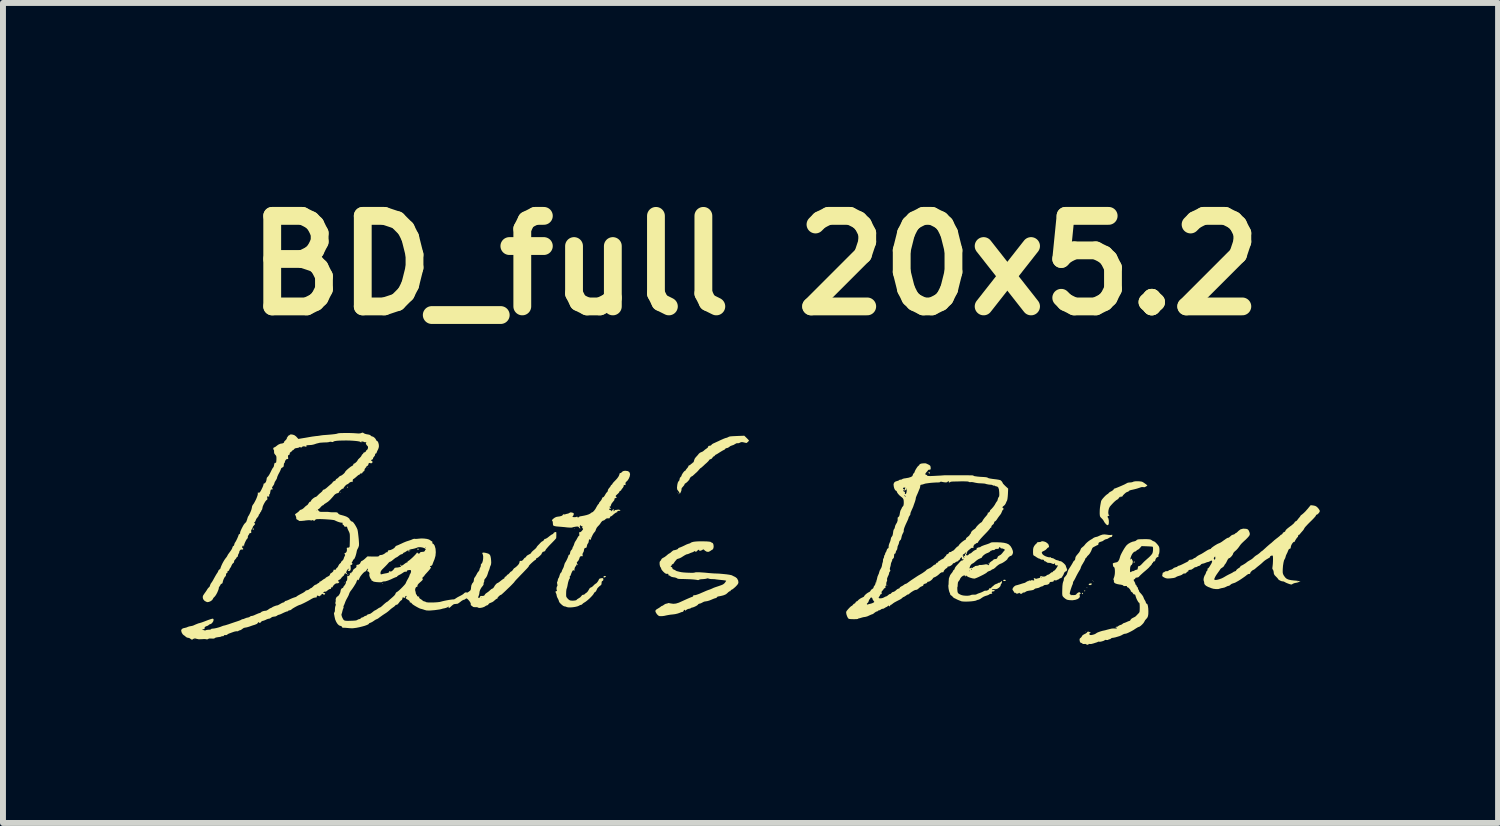
<source format=kicad_pcb>
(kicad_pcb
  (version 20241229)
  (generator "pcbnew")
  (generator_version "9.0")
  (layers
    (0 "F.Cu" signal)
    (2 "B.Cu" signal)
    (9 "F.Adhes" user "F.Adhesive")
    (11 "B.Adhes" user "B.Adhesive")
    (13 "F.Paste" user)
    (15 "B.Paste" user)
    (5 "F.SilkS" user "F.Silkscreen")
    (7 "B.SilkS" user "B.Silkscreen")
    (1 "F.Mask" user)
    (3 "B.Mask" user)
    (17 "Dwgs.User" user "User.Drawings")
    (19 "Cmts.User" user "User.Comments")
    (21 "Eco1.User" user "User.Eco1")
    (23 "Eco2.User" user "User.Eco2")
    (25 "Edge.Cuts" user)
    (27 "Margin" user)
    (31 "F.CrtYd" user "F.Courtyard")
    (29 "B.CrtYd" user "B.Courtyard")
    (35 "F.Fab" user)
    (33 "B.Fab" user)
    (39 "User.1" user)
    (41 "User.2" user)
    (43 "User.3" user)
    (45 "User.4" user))
  (footprint "BD_full 20x5.2"
    (layer "F.Cu")
    (at 9.66 6.418)
    (property "Reference" "BD_full 20x5.2" (at 0 -5 0) (layer "F.SilkS") (effects (font (size 1.524 1.524) (thickness 0.3))))
    (attr board_only exclude_from_pos_files exclude_from_bom)
    (fp_poly (pts (xy -6.904 0.332) (xy -6.909 0.337) (xy -6.914 0.332) (xy -6.909 0.327)) (stroke (width 0) (type solid)) (fill yes) (layer "F.SilkS"))
    (fp_poly (pts (xy -6.614 -2.016) (xy -6.619 -2.011) (xy -6.624 -2.016) (xy -6.619 -2.021)) (stroke (width 0) (type solid)) (fill yes) (layer "F.SilkS"))
    (fp_poly (pts (xy -6.511 -1.595) (xy -6.516 -1.59) (xy -6.521 -1.595) (xy -6.516 -1.6)) (stroke (width 0) (type solid)) (fill yes) (layer "F.SilkS"))
    (fp_poly (pts (xy -5.791 -0.21) (xy -5.796 -0.206) (xy -5.8 -0.21) (xy -5.796 -0.215)) (stroke (width 0) (type solid)) (fill yes) (layer "F.SilkS"))
    (fp_poly (pts (xy -3.031 -0.575) (xy -3.036 -0.571) (xy -3.041 -0.575) (xy -3.036 -0.58)) (stroke (width 0) (type solid)) (fill yes) (layer "F.SilkS"))
    (fp_poly (pts (xy -1.3 -1.183) (xy -1.305 -1.179) (xy -1.31 -1.183) (xy -1.305 -1.188)) (stroke (width 0) (type solid)) (fill yes) (layer "F.SilkS"))
    (fp_poly (pts (xy 2.227 0.388) (xy 2.222 0.393) (xy 2.217 0.388) (xy 2.222 0.384)) (stroke (width 0) (type solid)) (fill yes) (layer "F.SilkS"))
    (fp_poly (pts (xy 4.743 0.267) (xy 4.739 0.271) (xy 4.734 0.267) (xy 4.739 0.262)) (stroke (width 0) (type solid)) (fill yes) (layer "F.SilkS"))
    (fp_poly (pts (xy 5.566 1.165) (xy 5.562 1.169) (xy 5.557 1.165) (xy 5.562 1.16)) (stroke (width 0) (type solid)) (fill yes) (layer "F.SilkS"))
    (fp_poly (pts (xy 5.688 0.304) (xy 5.683 0.309) (xy 5.679 0.304) (xy 5.683 0.299)) (stroke (width 0) (type solid)) (fill yes) (layer "F.SilkS"))
    (fp_poly (pts (xy 5.697 0.323) (xy 5.693 0.327) (xy 5.688 0.323) (xy 5.693 0.318)) (stroke (width 0) (type solid)) (fill yes) (layer "F.SilkS"))
    (fp_poly (pts (xy 6.147 -1.09) (xy 6.142 -1.085) (xy 6.137 -1.09) (xy 6.142 -1.095)) (stroke (width 0) (type solid)) (fill yes) (layer "F.SilkS"))
    (fp_poly (pts (xy -9.424 1.285) (xy -9.425 1.29) (xy -9.43 1.291) (xy -9.438 1.288) (xy -9.437 1.285) (xy -9.425 1.284)) (stroke (width 0) (type solid)) (fill yes) (layer "F.SilkS"))
    (fp_poly (pts (xy -6.982 -1.185) (xy -6.981 -1.174) (xy -6.982 -1.173) (xy -6.988 -1.174) (xy -6.989 -1.179) (xy -6.985 -1.186)) (stroke (width 0) (type solid)) (fill yes) (layer "F.SilkS"))
    (fp_poly (pts (xy -6.262 0.349) (xy -6.263 0.355) (xy -6.268 0.356) (xy -6.276 0.352) (xy -6.274 0.349) (xy -6.263 0.348)) (stroke (width 0) (type solid)) (fill yes) (layer "F.SilkS"))
    (fp_poly (pts (xy -1.285 -1.157) (xy -1.286 -1.151) (xy -1.291 -1.151) (xy -1.299 -1.154) (xy -1.297 -1.157) (xy -1.286 -1.158)) (stroke (width 0) (type solid)) (fill yes) (layer "F.SilkS"))
    (fp_poly (pts (xy 3.926 0.007) (xy 3.927 0.026) (xy 3.926 0.03) (xy 3.923 0.032) (xy 3.921 0.019) (xy 3.923 0.005)) (stroke (width 0) (type solid)) (fill yes) (layer "F.SilkS"))
    (fp_poly (pts (xy 5.591 0.424) (xy 5.59 0.43) (xy 5.585 0.43) (xy 5.577 0.427) (xy 5.579 0.424) (xy 5.59 0.423)) (stroke (width 0) (type solid)) (fill yes) (layer "F.SilkS"))
    (fp_poly (pts (xy -6.852 -1.275) (xy -6.854 -1.268) (xy -6.862 -1.255) (xy -6.866 -1.257) (xy -6.867 -1.262) (xy -6.86 -1.275) (xy -6.858 -1.277)) (stroke (width 0) (type solid)) (fill yes) (layer "F.SilkS"))
    (fp_poly (pts (xy -6.848 0.204) (xy -6.848 0.206) (xy -6.855 0.215) (xy -6.858 0.215) (xy -6.864 0.209) (xy -6.862 0.206) (xy -6.854 0.197) (xy -6.852 0.196)) (stroke (width 0) (type solid)) (fill yes) (layer "F.SilkS"))
    (fp_poly (pts (xy -5.662 -0.229) (xy -5.66 -0.225) (xy -5.668 -0.216) (xy -5.674 -0.215) (xy -5.687 -0.22) (xy -5.688 -0.225) (xy -5.681 -0.233) (xy -5.674 -0.234)) (stroke (width 0) (type solid)) (fill yes) (layer "F.SilkS"))
    (fp_poly (pts (xy -2.516 0.23) (xy -2.511 0.238) (xy -2.518 0.244) (xy -2.537 0.252) (xy -2.551 0.249) (xy -2.554 0.243) (xy -2.546 0.231) (xy -2.53 0.226)) (stroke (width 0) (type solid)) (fill yes) (layer "F.SilkS"))
    (fp_poly (pts (xy 2.937 -1.517) (xy 2.941 -1.511) (xy 2.941 -1.498) (xy 2.931 -1.499) (xy 2.925 -1.503) (xy 2.919 -1.516) (xy 2.925 -1.525) (xy 2.927 -1.525)) (stroke (width 0) (type solid)) (fill yes) (layer "F.SilkS"))
    (fp_poly (pts (xy 5.518 0.512) (xy 5.52 0.519) (xy 5.515 0.531) (xy 5.51 0.533) (xy 5.501 0.527) (xy 5.501 0.524) (xy 5.508 0.512) (xy 5.51 0.51)) (stroke (width 0) (type solid)) (fill yes) (layer "F.SilkS"))
    (fp_poly (pts (xy 5.557 0.475) (xy 5.557 0.477) (xy 5.55 0.486) (xy 5.548 0.486) (xy 5.539 0.479) (xy 5.538 0.477) (xy 5.546 0.468) (xy 5.548 0.468)) (stroke (width 0) (type solid)) (fill yes) (layer "F.SilkS"))
    (fp_poly (pts (xy 6.389 -0.012) (xy 6.39 -0.01) (xy 6.383 0.003) (xy 6.38 0.005) (xy 6.372 0.003) (xy 6.371 -0.004) (xy 6.376 -0.017) (xy 6.38 -0.019)) (stroke (width 0) (type solid)) (fill yes) (layer "F.SilkS"))
    (fp_poly (pts (xy -8.439 -0.571) (xy -8.439 -0.569) (xy -8.444 -0.552) (xy -8.448 -0.547) (xy -8.457 -0.547) (xy -8.457 -0.549) (xy -8.452 -0.563) (xy -8.448 -0.571) (xy -8.441 -0.579)) (stroke (width 0) (type solid)) (fill yes) (layer "F.SilkS"))
    (fp_poly (pts (xy 4.213 0.293) (xy 4.219 0.299) (xy 4.212 0.311) (xy 4.191 0.312) (xy 4.189 0.311) (xy 4.174 0.304) (xy 4.176 0.295) (xy 4.192 0.29) (xy 4.196 0.29)) (stroke (width 0) (type solid)) (fill yes) (layer "F.SilkS"))
    (fp_poly (pts (xy 5.668 0.359) (xy 5.667 0.364) (xy 5.657 0.375) (xy 5.639 0.381) (xy 5.621 0.378) (xy 5.618 0.376) (xy 5.614 0.364) (xy 5.628 0.356) (xy 5.642 0.353) (xy 5.662 0.353)) (stroke (width 0) (type solid)) (fill yes) (layer "F.SilkS"))
    (fp_poly (pts (xy 6.473 -1.366) (xy 6.504 -1.362) (xy 6.521 -1.356) (xy 6.544 -1.342) (xy 6.57 -1.323) (xy 6.574 -1.321) (xy 6.603 -1.297) (xy 6.581 -1.28) (xy 6.554 -1.267) (xy 6.535 -1.269) (xy 6.508 -1.27) (xy 6.49 -1.265) (xy 6.464 -1.256) (xy 6.427 -1.244) (xy 6.385 -1.233) (xy 6.346 -1.224) (xy 6.331 -1.221) (xy 6.306 -1.214) (xy 6.291 -1.204) (xy 6.29 -1.201) (xy 6.277 -1.191) (xy 6.269 -1.19) (xy 6.255 -1.185) (xy 6.234 -1.171) (xy 6.212 -1.151) (xy 6.193 -1.132) (xy 6.184 -1.117) (xy 6.184 -1.115) (xy 6.176 -1.109) (xy 6.158 -1.108) (xy 6.135 -1.103) (xy 6.123 -1.087) (xy 6.11 -1.069) (xy 6.098 -1.061) (xy 6.081 -1.051) (xy 6.056 -1.031) (xy 6.028 -1.004) (xy 6 -0.974) (xy 5.976 -0.947) (xy 5.968 -0.936) (xy 5.955 -0.908) (xy 5.947 -0.875) (xy 5.944 -0.841) (xy 5.947 -0.813) (xy 5.956 -0.796) (xy 5.959 -0.794) (xy 5.966 -0.789) (xy 5.955 -0.787) (xy 5.952 -0.787) (xy 5.935 -0.78) (xy 5.932 -0.765) (xy 5.941 -0.752) (xy 5.948 -0.736) (xy 5.953 -0.709) (xy 5.954 -0.678) (xy 5.952 -0.652) (xy 5.948 -0.639) (xy 5.936 -0.628) (xy 5.922 -0.631) (xy 5.903 -0.648) (xy 5.899 -0.653) (xy 5.881 -0.675) (xy 5.87 -0.695) (xy 5.869 -0.696) (xy 5.859 -0.714) (xy 5.84 -0.736) (xy 5.832 -0.744) (xy 5.816 -0.76) (xy 5.806 -0.775) (xy 5.802 -0.794) (xy 5.8 -0.822) (xy 5.8 -0.845) (xy 5.801 -0.884) (xy 5.804 -0.92) (xy 5.81 -0.96) (xy 5.819 -1.01) (xy 5.824 -1.034) (xy 5.833 -1.052) (xy 5.851 -1.076) (xy 5.876 -1.104) (xy 5.901 -1.129) (xy 5.923 -1.147) (xy 5.934 -1.153) (xy 5.947 -1.163) (xy 5.95 -1.168) (xy 5.958 -1.177) (xy 5.977 -1.19) (xy 5.992 -1.197) (xy 6.016 -1.212) (xy 6.032 -1.225) (xy 6.034 -1.231) (xy 6.042 -1.243) (xy 6.048 -1.244) (xy 6.061 -1.248) (xy 6.087 -1.258) (xy 6.121 -1.272) (xy 6.159 -1.288) (xy 6.197 -1.305) (xy 6.23 -1.321) (xy 6.253 -1.333) (xy 6.263 -1.339) (xy 6.277 -1.344) (xy 6.302 -1.347) (xy 6.31 -1.347) (xy 6.337 -1.35) (xy 6.356 -1.355) (xy 6.359 -1.357) (xy 6.374 -1.363) (xy 6.403 -1.367) (xy 6.438 -1.368)) (stroke (width 0) (type solid)) (fill yes) (layer "F.SilkS"))
    (fp_poly (pts (xy 5.916 -0.469) (xy 5.917 -0.469) (xy 5.951 -0.464) (xy 5.981 -0.463) (xy 5.995 -0.465) (xy 6.011 -0.467) (xy 6.014 -0.46) (xy 6.012 -0.454) (xy 6.007 -0.439) (xy 6.006 -0.434) (xy 5.998 -0.431) (xy 5.991 -0.43) (xy 5.974 -0.425) (xy 5.953 -0.412) (xy 5.953 -0.412) (xy 5.93 -0.398) (xy 5.91 -0.393) (xy 5.889 -0.387) (xy 5.871 -0.375) (xy 5.847 -0.359) (xy 5.825 -0.352) (xy 5.796 -0.342) (xy 5.779 -0.328) (xy 5.779 -0.313) (xy 5.775 -0.299) (xy 5.766 -0.294) (xy 5.744 -0.285) (xy 5.735 -0.28) (xy 5.715 -0.269) (xy 5.7 -0.262) (xy 5.681 -0.249) (xy 5.673 -0.236) (xy 5.655 -0.191) (xy 5.633 -0.152) (xy 5.612 -0.126) (xy 5.609 -0.124) (xy 5.592 -0.108) (xy 5.585 -0.096) (xy 5.585 -0.096) (xy 5.578 -0.084) (xy 5.571 -0.081) (xy 5.559 -0.068) (xy 5.557 -0.061) (xy 5.552 -0.046) (xy 5.539 -0.021) (xy 5.521 0.009) (xy 5.52 0.012) (xy 5.501 0.042) (xy 5.488 0.068) (xy 5.482 0.084) (xy 5.482 0.085) (xy 5.477 0.102) (xy 5.465 0.126) (xy 5.458 0.135) (xy 5.443 0.161) (xy 5.423 0.197) (xy 5.403 0.235) (xy 5.401 0.24) (xy 5.385 0.272) (xy 5.371 0.298) (xy 5.361 0.313) (xy 5.36 0.314) (xy 5.353 0.327) (xy 5.351 0.337) (xy 5.347 0.362) (xy 5.342 0.372) (xy 5.333 0.393) (xy 5.322 0.425) (xy 5.31 0.46) (xy 5.301 0.492) (xy 5.296 0.517) (xy 5.295 0.523) (xy 5.302 0.537) (xy 5.323 0.546) (xy 5.327 0.547) (xy 5.355 0.549) (xy 5.382 0.547) (xy 5.401 0.541) (xy 5.407 0.533) (xy 5.414 0.524) (xy 5.431 0.51) (xy 5.432 0.51) (xy 5.45 0.5) (xy 5.462 0.501) (xy 5.471 0.509) (xy 5.481 0.52) (xy 5.476 0.527) (xy 5.47 0.529) (xy 5.46 0.539) (xy 5.463 0.551) (xy 5.466 0.575) (xy 5.454 0.597) (xy 5.428 0.615) (xy 5.391 0.628) (xy 5.345 0.635) (xy 5.324 0.635) (xy 5.288 0.633) (xy 5.257 0.628) (xy 5.241 0.622) (xy 5.219 0.608) (xy 5.195 0.588) (xy 5.193 0.586) (xy 5.182 0.574) (xy 5.175 0.563) (xy 5.173 0.557) (xy 5.314 0.557) (xy 5.319 0.561) (xy 5.323 0.557) (xy 5.319 0.552) (xy 5.314 0.557) (xy 5.173 0.557) (xy 5.171 0.548) (xy 5.169 0.526) (xy 5.169 0.492) (xy 5.17 0.454) (xy 5.172 0.396) (xy 5.177 0.354) (xy 5.184 0.326) (xy 5.187 0.32) (xy 5.195 0.296) (xy 5.196 0.278) (xy 5.196 0.277) (xy 5.199 0.26) (xy 5.216 0.239) (xy 5.219 0.237) (xy 5.245 0.202) (xy 5.256 0.171) (xy 5.266 0.139) (xy 5.279 0.111) (xy 5.283 0.106) (xy 5.309 0.066) (xy 5.332 0.029) (xy 5.349 -0.001) (xy 5.351 -0.007) (xy 5.364 -0.026) (xy 5.375 -0.034) (xy 5.385 -0.047) (xy 5.389 -0.069) (xy 5.393 -0.092) (xy 5.408 -0.116) (xy 5.43 -0.142) (xy 5.455 -0.172) (xy 5.471 -0.2) (xy 5.475 -0.211) (xy 5.487 -0.239) (xy 5.51 -0.259) (xy 5.533 -0.278) (xy 5.55 -0.298) (xy 5.552 -0.301) (xy 5.565 -0.317) (xy 5.588 -0.339) (xy 5.616 -0.362) (xy 5.644 -0.381) (xy 5.66 -0.39) (xy 5.675 -0.398) (xy 5.679 -0.402) (xy 5.695 -0.414) (xy 5.719 -0.425) (xy 5.738 -0.43) (xy 5.74 -0.43) (xy 5.76 -0.435) (xy 5.77 -0.439) (xy 5.814 -0.459) (xy 5.848 -0.47) (xy 5.88 -0.473)) (stroke (width 0) (type solid)) (fill yes) (layer "F.SilkS"))
    (fp_poly (pts (xy -0.143 -2.096) (xy -0.121 -2.074) (xy -0.107 -2.058) (xy -0.103 -2.052) (xy -0.109 -2.043) (xy -0.123 -2.029) (xy -0.138 -2.016) (xy -0.147 -2.011) (xy -0.158 -2.014) (xy -0.18 -2.019) (xy -0.191 -2.022) (xy -0.22 -2.027) (xy -0.24 -2.025) (xy -0.255 -2.017) (xy -0.277 -2.008) (xy -0.294 -2.008) (xy -0.314 -2.007) (xy -0.336 -1.995) (xy -0.363 -1.979) (xy -0.39 -1.97) (xy -0.416 -1.96) (xy -0.436 -1.945) (xy -0.457 -1.931) (xy -0.474 -1.927) (xy -0.493 -1.922) (xy -0.502 -1.914) (xy -0.514 -1.9) (xy -0.527 -1.894) (xy -0.545 -1.885) (xy -0.572 -1.869) (xy -0.601 -1.851) (xy -0.629 -1.833) (xy -0.651 -1.82) (xy -0.663 -1.815) (xy -0.663 -1.815) (xy -0.673 -1.807) (xy -0.677 -1.801) (xy -0.689 -1.788) (xy -0.695 -1.787) (xy -0.708 -1.779) (xy -0.719 -1.763) (xy -0.734 -1.745) (xy -0.749 -1.74) (xy -0.767 -1.733) (xy -0.774 -1.724) (xy -0.784 -1.709) (xy -0.804 -1.689) (xy -0.813 -1.68) (xy -0.843 -1.654) (xy -0.872 -1.626) (xy -0.878 -1.621) (xy -0.898 -1.603) (xy -0.912 -1.592) (xy -0.916 -1.59) (xy -0.925 -1.584) (xy -0.94 -1.567) (xy -0.945 -1.561) (xy -0.965 -1.538) (xy -0.984 -1.519) (xy -0.986 -1.517) (xy -1.006 -1.5) (xy -1.028 -1.479) (xy -1.032 -1.476) (xy -1.05 -1.459) (xy -1.064 -1.451) (xy -1.066 -1.45) (xy -1.079 -1.443) (xy -1.093 -1.427) (xy -1.103 -1.409) (xy -1.104 -1.403) (xy -1.111 -1.391) (xy -1.127 -1.372) (xy -1.147 -1.352) (xy -1.167 -1.336) (xy -1.181 -1.329) (xy -1.181 -1.329) (xy -1.187 -1.321) (xy -1.188 -1.315) (xy -1.195 -1.3) (xy -1.211 -1.281) (xy -1.216 -1.275) (xy -1.236 -1.252) (xy -1.239 -1.234) (xy -1.24 -1.216) (xy -1.249 -1.19) (xy -1.253 -1.182) (xy -1.264 -1.162) (xy -1.27 -1.158) (xy -1.272 -1.165) (xy -1.279 -1.185) (xy -1.295 -1.206) (xy -1.295 -1.206) (xy -1.311 -1.228) (xy -1.315 -1.256) (xy -1.315 -1.261) (xy -1.31 -1.308) (xy -1.302 -1.343) (xy -1.291 -1.365) (xy -1.285 -1.37) (xy -1.276 -1.382) (xy -1.272 -1.4) (xy -1.267 -1.423) (xy -1.256 -1.437) (xy -1.243 -1.45) (xy -1.24 -1.458) (xy -1.235 -1.474) (xy -1.222 -1.497) (xy -1.206 -1.52) (xy -1.191 -1.537) (xy -1.181 -1.544) (xy -1.17 -1.549) (xy -1.169 -1.553) (xy -1.163 -1.565) (xy -1.149 -1.582) (xy -1.146 -1.585) (xy -1.13 -1.605) (xy -1.123 -1.621) (xy -1.123 -1.623) (xy -1.115 -1.635) (xy -1.104 -1.637) (xy -1.089 -1.643) (xy -1.085 -1.652) (xy -1.081 -1.662) (xy -1.076 -1.661) (xy -1.065 -1.663) (xy -1.059 -1.671) (xy -1.048 -1.683) (xy -1.042 -1.684) (xy -1.035 -1.692) (xy -1.029 -1.711) (xy -1.028 -1.716) (xy -1.017 -1.747) (xy -0.995 -1.777) (xy -0.992 -1.779) (xy -0.97 -1.803) (xy -0.952 -1.825) (xy -0.948 -1.831) (xy -0.928 -1.848) (xy -0.908 -1.857) (xy -0.882 -1.868) (xy -0.865 -1.881) (xy -0.845 -1.899) (xy -0.82 -1.917) (xy -0.816 -1.919) (xy -0.796 -1.936) (xy -0.789 -1.95) (xy -0.79 -1.952) (xy -0.787 -1.961) (xy -0.769 -1.965) (xy -0.768 -1.965) (xy -0.746 -1.969) (xy -0.736 -1.979) (xy -0.724 -1.992) (xy -0.704 -2.004) (xy -0.685 -2.012) (xy -0.653 -2.027) (xy -0.615 -2.044) (xy -0.593 -2.055) (xy -0.555 -2.072) (xy -0.523 -2.086) (xy -0.501 -2.094) (xy -0.494 -2.096) (xy -0.477 -2.1) (xy -0.456 -2.109) (xy -0.445 -2.115) (xy -0.435 -2.119) (xy -0.422 -2.122) (xy -0.404 -2.124) (xy -0.377 -2.126) (xy -0.337 -2.128) (xy -0.29 -2.13) (xy -0.182 -2.134)) (stroke (width 0) (type solid)) (fill yes) (layer "F.SilkS"))
    (fp_poly (pts (xy 4.847 -0.357) (xy 4.872 -0.351) (xy 4.895 -0.342) (xy 4.906 -0.334) (xy 4.921 -0.321) (xy 4.929 -0.317) (xy 4.936 -0.306) (xy 4.944 -0.285) (xy 4.944 -0.282) (xy 4.947 -0.261) (xy 4.943 -0.255) (xy 4.942 -0.256) (xy 4.931 -0.253) (xy 4.915 -0.239) (xy 4.912 -0.234) (xy 4.888 -0.211) (xy 4.86 -0.195) (xy 4.859 -0.195) (xy 4.833 -0.182) (xy 4.824 -0.167) (xy 4.833 -0.147) (xy 4.841 -0.136) (xy 4.86 -0.12) (xy 4.888 -0.105) (xy 4.919 -0.094) (xy 4.948 -0.087) (xy 4.967 -0.089) (xy 4.969 -0.089) (xy 4.977 -0.088) (xy 4.977 -0.085) (xy 4.985 -0.077) (xy 4.998 -0.075) (xy 5.021 -0.069) (xy 5.043 -0.056) (xy 5.066 -0.043) (xy 5.086 -0.038) (xy 5.105 -0.034) (xy 5.112 -0.029) (xy 5.125 -0.023) (xy 5.136 -0.023) (xy 5.152 -0.019) (xy 5.174 -0.004) (xy 5.198 0.016) (xy 5.218 0.037) (xy 5.229 0.054) (xy 5.23 0.058) (xy 5.234 0.074) (xy 5.244 0.097) (xy 5.244 0.097) (xy 5.252 0.124) (xy 5.242 0.143) (xy 5.22 0.154) (xy 5.206 0.167) (xy 5.197 0.187) (xy 5.188 0.21) (xy 5.178 0.225) (xy 5.169 0.238) (xy 5.169 0.244) (xy 5.164 0.251) (xy 5.147 0.261) (xy 5.141 0.263) (xy 5.12 0.273) (xy 5.109 0.281) (xy 5.108 0.283) (xy 5.1 0.289) (xy 5.089 0.29) (xy 5.074 0.294) (xy 5.071 0.301) (xy 5.067 0.306) (xy 5.059 0.301) (xy 5.043 0.297) (xy 5.028 0.303) (xy 5.023 0.314) (xy 5.021 0.32) (xy 5.01 0.323) (xy 4.987 0.326) (xy 4.975 0.326) (xy 4.961 0.332) (xy 4.958 0.337) (xy 4.95 0.356) (xy 4.929 0.37) (xy 4.902 0.376) (xy 4.898 0.376) (xy 4.871 0.379) (xy 4.856 0.388) (xy 4.838 0.4) (xy 4.828 0.402) (xy 4.809 0.407) (xy 4.793 0.416) (xy 4.77 0.427) (xy 4.742 0.433) (xy 4.717 0.438) (xy 4.7 0.448) (xy 4.7 0.448) (xy 4.693 0.456) (xy 4.682 0.461) (xy 4.664 0.466) (xy 4.633 0.471) (xy 4.61 0.474) (xy 4.581 0.48) (xy 4.56 0.488) (xy 4.555 0.492) (xy 4.538 0.503) (xy 4.522 0.505) (xy 4.505 0.508) (xy 4.5 0.513) (xy 4.493 0.523) (xy 4.476 0.527) (xy 4.46 0.523) (xy 4.454 0.517) (xy 4.445 0.509) (xy 4.44 0.513) (xy 4.428 0.521) (xy 4.41 0.524) (xy 4.394 0.522) (xy 4.388 0.516) (xy 4.38 0.509) (xy 4.371 0.509) (xy 4.359 0.505) (xy 4.357 0.499) (xy 4.352 0.485) (xy 4.345 0.477) (xy 4.333 0.459) (xy 4.332 0.448) (xy 4.339 0.429) (xy 4.356 0.407) (xy 4.378 0.39) (xy 4.395 0.384) (xy 4.413 0.38) (xy 4.44 0.372) (xy 4.463 0.365) (xy 4.493 0.355) (xy 4.517 0.348) (xy 4.526 0.346) (xy 4.542 0.341) (xy 4.563 0.328) (xy 4.563 0.328) (xy 4.581 0.316) (xy 4.594 0.314) (xy 4.595 0.314) (xy 4.602 0.312) (xy 4.603 0.309) (xy 4.61 0.302) (xy 4.623 0.304) (xy 4.644 0.304) (xy 4.652 0.298) (xy 4.661 0.291) (xy 4.665 0.296) (xy 4.676 0.303) (xy 4.688 0.302) (xy 4.7 0.296) (xy 4.696 0.285) (xy 4.695 0.284) (xy 4.689 0.269) (xy 4.696 0.263) (xy 4.713 0.268) (xy 4.716 0.27) (xy 4.734 0.277) (xy 4.749 0.27) (xy 4.75 0.27) (xy 4.766 0.262) (xy 4.762 0.267) (xy 4.767 0.271) (xy 4.771 0.267) (xy 4.767 0.262) (xy 4.77 0.261) (xy 4.782 0.26) (xy 4.796 0.257) (xy 4.797 0.253) (xy 4.818 0.253) (xy 4.821 0.26) (xy 4.824 0.259) (xy 4.825 0.248) (xy 4.824 0.246) (xy 4.819 0.248) (xy 4.818 0.253) (xy 4.797 0.253) (xy 4.799 0.243) (xy 4.803 0.228) (xy 4.815 0.229) (xy 4.816 0.23) (xy 4.846 0.237) (xy 4.876 0.235) (xy 4.898 0.225) (xy 4.9 0.222) (xy 4.917 0.209) (xy 4.929 0.206) (xy 4.947 0.199) (xy 4.966 0.184) (xy 4.967 0.183) (xy 4.984 0.168) (xy 4.996 0.164) (xy 4.997 0.165) (xy 5.007 0.162) (xy 5.011 0.155) (xy 5.022 0.142) (xy 5.028 0.14) (xy 5.041 0.133) (xy 5.06 0.112) (xy 5.079 0.083) (xy 5.089 0.066) (xy 5.096 0.051) (xy 5.092 0.047) (xy 5.081 0.049) (xy 5.062 0.048) (xy 5.048 0.036) (xy 5.047 0.02) (xy 5.048 0.017) (xy 5.051 0.01) (xy 5.041 0.016) (xy 5.04 0.017) (xy 5.026 0.025) (xy 5.01 0.023) (xy 4.993 0.016) (xy 4.967 0.007) (xy 4.944 0.006) (xy 4.942 0.006) (xy 4.919 0.003) (xy 4.905 -0.007) (xy 4.888 -0.019) (xy 4.876 -0.021) (xy 4.866 -0.025) (xy 4.865 -0.032) (xy 4.857 -0.045) (xy 4.833 -0.049) (xy 4.821 -0.048) (xy 4.806 -0.053) (xy 4.804 -0.056) (xy 4.791 -0.064) (xy 4.783 -0.065) (xy 4.766 -0.071) (xy 4.744 -0.084) (xy 4.739 -0.087) (xy 4.716 -0.103) (xy 4.696 -0.114) (xy 4.694 -0.115) (xy 4.685 -0.122) (xy 4.68 -0.136) (xy 4.678 -0.163) (xy 4.678 -0.185) (xy 4.679 -0.223) (xy 4.684 -0.25) (xy 4.695 -0.273) (xy 4.701 -0.283) (xy 4.718 -0.304) (xy 4.731 -0.317) (xy 4.734 -0.318) (xy 4.742 -0.326) (xy 4.743 -0.331) (xy 4.751 -0.341) (xy 4.776 -0.344) (xy 4.778 -0.344) (xy 4.801 -0.346) (xy 4.815 -0.352) (xy 4.816 -0.353) (xy 4.826 -0.358)) (stroke (width 0) (type solid)) (fill yes) (layer "F.SilkS"))
    (fp_poly (pts (xy -0.858 -0.356) (xy -0.815 -0.355) (xy -0.78 -0.352) (xy -0.756 -0.349) (xy -0.748 -0.346) (xy -0.734 -0.336) (xy -0.724 -0.333) (xy -0.71 -0.323) (xy -0.701 -0.3) (xy -0.698 -0.272) (xy -0.701 -0.245) (xy -0.71 -0.224) (xy -0.719 -0.217) (xy -0.738 -0.206) (xy -0.753 -0.195) (xy -0.781 -0.18) (xy -0.813 -0.181) (xy -0.842 -0.198) (xy -0.847 -0.202) (xy -0.863 -0.218) (xy -0.874 -0.22) (xy -0.889 -0.212) (xy -0.89 -0.211) (xy -0.91 -0.201) (xy -0.928 -0.197) (xy -0.94 -0.198) (xy -0.94 -0.206) (xy -0.942 -0.214) (xy -0.949 -0.215) (xy -0.965 -0.208) (xy -0.969 -0.202) (xy -0.984 -0.186) (xy -1.004 -0.182) (xy -1.016 -0.188) (xy -1.027 -0.194) (xy -1.029 -0.188) (xy -1.037 -0.179) (xy -1.055 -0.172) (xy -1.082 -0.163) (xy -1.109 -0.151) (xy -1.131 -0.142) (xy -1.147 -0.139) (xy -1.147 -0.139) (xy -1.16 -0.135) (xy -1.183 -0.123) (xy -1.212 -0.105) (xy -1.215 -0.103) (xy -1.245 -0.084) (xy -1.272 -0.071) (xy -1.29 -0.066) (xy -1.29 -0.065) (xy -1.312 -0.059) (xy -1.321 -0.051) (xy -1.338 -0.031) (xy -1.348 -0.02) (xy -1.362 0.000337) (xy -1.369 0.012) (xy -1.381 0.026) (xy -1.389 0.028) (xy -1.402 0.035) (xy -1.403 0.042) (xy -1.408 0.055) (xy -1.413 0.056) (xy -1.422 0.063) (xy -1.422 0.065) (xy -1.414 0.074) (xy -1.408 0.075) (xy -1.396 0.083) (xy -1.394 0.093) (xy -1.386 0.11) (xy -1.373 0.117) (xy -1.35 0.127) (xy -1.339 0.134) (xy -1.322 0.144) (xy -1.316 0.146) (xy -1.301 0.149) (xy -1.275 0.156) (xy -1.265 0.158) (xy -1.241 0.163) (xy -1.207 0.167) (xy -1.166 0.17) (xy -1.123 0.172) (xy -1.083 0.173) (xy -1.048 0.173) (xy -1.024 0.171) (xy -1.015 0.168) (xy -1.004 0.165) (xy -0.978 0.164) (xy -0.942 0.164) (xy -0.899 0.167) (xy -0.854 0.17) (xy -0.823 0.173) (xy -0.783 0.177) (xy -0.734 0.181) (xy -0.687 0.184) (xy -0.683 0.184) (xy -0.608 0.187) (xy -0.54 0.193) (xy -0.48 0.199) (xy -0.433 0.206) (xy -0.399 0.213) (xy -0.387 0.218) (xy -0.358 0.233) (xy -0.334 0.244) (xy -0.305 0.267) (xy -0.286 0.302) (xy -0.281 0.334) (xy -0.285 0.353) (xy -0.299 0.375) (xy -0.326 0.404) (xy -0.332 0.41) (xy -0.358 0.433) (xy -0.381 0.451) (xy -0.396 0.458) (xy -0.397 0.458) (xy -0.41 0.466) (xy -0.412 0.473) (xy -0.416 0.483) (xy -0.421 0.482) (xy -0.432 0.485) (xy -0.45 0.498) (xy -0.461 0.509) (xy -0.49 0.534) (xy -0.526 0.55) (xy -0.547 0.556) (xy -0.58 0.564) (xy -0.607 0.569) (xy -0.62 0.571) (xy -0.637 0.577) (xy -0.642 0.585) (xy -0.655 0.597) (xy -0.663 0.599) (xy -0.679 0.603) (xy -0.706 0.613) (xy -0.736 0.626) (xy -0.771 0.64) (xy -0.805 0.65) (xy -0.826 0.653) (xy -0.86 0.659) (xy -0.887 0.673) (xy -0.912 0.686) (xy -0.933 0.692) (xy -0.935 0.692) (xy -0.953 0.698) (xy -0.96 0.707) (xy -0.972 0.719) (xy -0.995 0.733) (xy -1.022 0.746) (xy -1.048 0.756) (xy -1.061 0.758) (xy -1.077 0.763) (xy -1.081 0.767) (xy -1.094 0.775) (xy -1.105 0.777) (xy -1.13 0.782) (xy -1.156 0.796) (xy -1.172 0.809) (xy -1.178 0.812) (xy -1.179 0.807) (xy -1.184 0.796) (xy -1.194 0.798) (xy -1.203 0.811) (xy -1.204 0.814) (xy -1.212 0.828) (xy -1.22 0.831) (xy -1.234 0.833) (xy -1.258 0.842) (xy -1.272 0.848) (xy -1.304 0.859) (xy -1.346 0.869) (xy -1.386 0.874) (xy -1.425 0.878) (xy -1.462 0.884) (xy -1.488 0.889) (xy -1.489 0.889) (xy -1.528 0.898) (xy -1.569 0.903) (xy -1.605 0.902) (xy -1.615 0.901) (xy -1.632 0.891) (xy -1.652 0.871) (xy -1.661 0.858) (xy -1.677 0.83) (xy -1.678 0.809) (xy -1.664 0.792) (xy -1.638 0.776) (xy -1.613 0.761) (xy -1.592 0.746) (xy -1.591 0.745) (xy -1.575 0.733) (xy -1.565 0.73) (xy -1.552 0.724) (xy -1.534 0.711) (xy -1.511 0.697) (xy -1.491 0.692) (xy -1.474 0.689) (xy -1.469 0.684) (xy -1.461 0.682) (xy -1.44 0.685) (xy -1.421 0.689) (xy -1.377 0.695) (xy -1.333 0.691) (xy -1.284 0.676) (xy -1.235 0.654) (xy -1.198 0.637) (xy -1.156 0.618) (xy -1.115 0.6) (xy -1.079 0.585) (xy -1.055 0.577) (xy -1.041 0.565) (xy -1.038 0.556) (xy -1.035 0.546) (xy -1.027 0.55) (xy -1.015 0.551) (xy -0.991 0.545) (xy -0.953 0.532) (xy -0.903 0.511) (xy -0.861 0.493) (xy -0.825 0.477) (xy -0.799 0.467) (xy -0.786 0.462) (xy -0.786 0.462) (xy -0.773 0.458) (xy -0.751 0.45) (xy -0.728 0.44) (xy -0.711 0.432) (xy -0.696 0.425) (xy -0.668 0.415) (xy -0.632 0.403) (xy -0.614 0.397) (xy -0.571 0.382) (xy -0.541 0.369) (xy -0.521 0.354) (xy -0.509 0.341) (xy -0.495 0.321) (xy -0.487 0.308) (xy -0.486 0.307) (xy -0.495 0.304) (xy -0.518 0.3) (xy -0.551 0.296) (xy -0.562 0.295) (xy -0.601 0.291) (xy -0.636 0.287) (xy -0.66 0.284) (xy -0.662 0.283) (xy -0.688 0.28) (xy -0.721 0.279) (xy -0.73 0.279) (xy -0.758 0.277) (xy -0.778 0.272) (xy -0.783 0.27) (xy -0.801 0.266) (xy -0.811 0.269) (xy -0.829 0.274) (xy -0.859 0.278) (xy -0.884 0.28) (xy -0.915 0.282) (xy -0.937 0.287) (xy -0.946 0.292) (xy -0.959 0.297) (xy -0.984 0.292) (xy -1.005 0.289) (xy -1.042 0.285) (xy -1.089 0.282) (xy -1.143 0.28) (xy -1.201 0.278) (xy -1.258 0.277) (xy -1.272 0.277) (xy -1.297 0.274) (xy -1.314 0.267) (xy -1.314 0.266) (xy -1.329 0.258) (xy -1.354 0.251) (xy -1.371 0.249) (xy -1.402 0.243) (xy -1.424 0.233) (xy -1.428 0.228) (xy -1.442 0.219) (xy -1.449 0.219) (xy -1.457 0.217) (xy -1.459 0.205) (xy -1.463 0.191) (xy -1.476 0.189) (xy -1.481 0.191) (xy -1.498 0.19) (xy -1.517 0.18) (xy -1.542 0.158) (xy -1.563 0.135) (xy -1.578 0.114) (xy -1.581 0.103) (xy -1.586 0.087) (xy -1.591 0.082) (xy -1.598 0.072) (xy -1.604 0.049) (xy -1.607 0.033) (xy -1.608 0.002) (xy -1.604 -0.016) (xy -1.598 -0.023) (xy -1.583 -0.041) (xy -1.58 -0.051) (xy -1.569 -0.066) (xy -1.549 -0.079) (xy -1.548 -0.079) (xy -1.524 -0.092) (xy -1.497 -0.112) (xy -1.489 -0.119) (xy -1.468 -0.137) (xy -1.453 -0.148) (xy -1.449 -0.15) (xy -1.437 -0.156) (xy -1.418 -0.17) (xy -1.41 -0.178) (xy -1.39 -0.195) (xy -1.374 -0.205) (xy -1.371 -0.206) (xy -1.35 -0.209) (xy -1.326 -0.216) (xy -1.306 -0.224) (xy -1.296 -0.232) (xy -1.296 -0.234) (xy -1.292 -0.242) (xy -1.277 -0.249) (xy -1.257 -0.256) (xy -1.226 -0.269) (xy -1.192 -0.285) (xy -1.19 -0.286) (xy -1.158 -0.302) (xy -1.13 -0.313) (xy -1.113 -0.318) (xy -1.112 -0.318) (xy -1.093 -0.325) (xy -1.086 -0.331) (xy -1.071 -0.339) (xy -1.045 -0.347) (xy -1.027 -0.35) (xy -0.993 -0.354) (xy -0.951 -0.356) (xy -0.904 -0.357)) (stroke (width 0) (type solid)) (fill yes) (layer "F.SilkS"))
    (fp_poly (pts (xy 6.593 -0.393) (xy 6.627 -0.391) (xy 6.649 -0.388) (xy 6.665 -0.382) (xy 6.677 -0.374) (xy 6.697 -0.361) (xy 6.713 -0.356) (xy 6.713 -0.356) (xy 6.728 -0.348) (xy 6.748 -0.33) (xy 6.77 -0.306) (xy 6.79 -0.28) (xy 6.798 -0.266) (xy 6.804 -0.244) (xy 6.806 -0.214) (xy 6.805 -0.182) (xy 6.801 -0.154) (xy 6.794 -0.137) (xy 6.792 -0.136) (xy 6.788 -0.124) (xy 6.789 -0.112) (xy 6.789 -0.097) (xy 6.781 -0.094) (xy 6.761 -0.086) (xy 6.745 -0.066) (xy 6.736 -0.043) (xy 6.736 -0.039) (xy 6.73 -0.022) (xy 6.717 -0.019) (xy 6.702 -0.013) (xy 6.698 -0.005) (xy 6.693 0.008) (xy 6.689 0.009) (xy 6.681 0.017) (xy 6.68 0.022) (xy 6.673 0.036) (xy 6.658 0.053) (xy 6.658 0.053) (xy 6.641 0.07) (xy 6.632 0.081) (xy 6.624 0.09) (xy 6.604 0.108) (xy 6.576 0.133) (xy 6.547 0.157) (xy 6.514 0.186) (xy 6.487 0.211) (xy 6.468 0.23) (xy 6.461 0.239) (xy 6.448 0.249) (xy 6.427 0.253) (xy 6.405 0.257) (xy 6.399 0.267) (xy 6.392 0.279) (xy 6.385 0.281) (xy 6.373 0.287) (xy 6.373 0.303) (xy 6.385 0.323) (xy 6.396 0.344) (xy 6.399 0.358) (xy 6.403 0.372) (xy 6.408 0.374) (xy 6.417 0.382) (xy 6.418 0.387) (xy 6.424 0.403) (xy 6.432 0.412) (xy 6.443 0.426) (xy 6.443 0.434) (xy 6.446 0.448) (xy 6.452 0.457) (xy 6.461 0.471) (xy 6.46 0.477) (xy 6.464 0.487) (xy 6.477 0.505) (xy 6.492 0.521) (xy 6.514 0.547) (xy 6.531 0.573) (xy 6.536 0.585) (xy 6.547 0.614) (xy 6.56 0.635) (xy 6.572 0.657) (xy 6.577 0.675) (xy 6.583 0.689) (xy 6.59 0.692) (xy 6.602 0.701) (xy 6.611 0.729) (xy 6.617 0.773) (xy 6.619 0.819) (xy 6.618 0.868) (xy 6.612 0.904) (xy 6.6 0.931) (xy 6.583 0.95) (xy 6.564 0.972) (xy 6.55 0.998) (xy 6.537 1.019) (xy 6.515 1.043) (xy 6.491 1.065) (xy 6.468 1.081) (xy 6.455 1.085) (xy 6.442 1.09) (xy 6.42 1.103) (xy 6.404 1.113) (xy 6.366 1.138) (xy 6.326 1.16) (xy 6.288 1.179) (xy 6.256 1.193) (xy 6.233 1.199) (xy 6.228 1.199) (xy 6.21 1.202) (xy 6.187 1.213) (xy 6.186 1.214) (xy 6.16 1.228) (xy 6.128 1.241) (xy 6.123 1.242) (xy 6.093 1.251) (xy 6.066 1.259) (xy 6.062 1.26) (xy 6.034 1.266) (xy 6.016 1.268) (xy 5.997 1.273) (xy 5.989 1.28) (xy 5.978 1.289) (xy 5.969 1.291) (xy 5.951 1.295) (xy 5.946 1.3) (xy 5.933 1.305) (xy 5.912 1.304) (xy 5.893 1.302) (xy 5.885 1.306) (xy 5.885 1.307) (xy 5.876 1.314) (xy 5.856 1.322) (xy 5.831 1.329) (xy 5.807 1.334) (xy 5.792 1.333) (xy 5.79 1.333) (xy 5.776 1.332) (xy 5.77 1.335) (xy 5.757 1.342) (xy 5.754 1.343) (xy 5.742 1.347) (xy 5.735 1.349) (xy 5.691 1.363) (xy 5.66 1.371) (xy 5.64 1.372) (xy 5.632 1.371) (xy 5.617 1.37) (xy 5.613 1.375) (xy 5.606 1.383) (xy 5.59 1.384) (xy 5.575 1.379) (xy 5.571 1.375) (xy 5.559 1.37) (xy 5.542 1.372) (xy 5.518 1.372) (xy 5.51 1.365) (xy 5.494 1.354) (xy 5.485 1.352) (xy 5.472 1.345) (xy 5.464 1.324) (xy 5.463 1.317) (xy 5.461 1.292) (xy 5.467 1.277) (xy 5.479 1.268) (xy 5.495 1.252) (xy 5.501 1.239) (xy 5.509 1.227) (xy 5.529 1.213) (xy 5.542 1.206) (xy 5.568 1.193) (xy 5.585 1.179) (xy 5.589 1.173) (xy 5.6 1.163) (xy 5.616 1.165) (xy 5.633 1.172) (xy 5.646 1.18) (xy 5.65 1.186) (xy 5.642 1.186) (xy 5.642 1.186) (xy 5.629 1.19) (xy 5.625 1.203) (xy 5.631 1.216) (xy 5.637 1.22) (xy 5.657 1.221) (xy 5.685 1.216) (xy 5.714 1.207) (xy 5.735 1.196) (xy 5.74 1.192) (xy 5.755 1.182) (xy 5.784 1.17) (xy 5.818 1.158) (xy 5.854 1.148) (xy 5.866 1.146) (xy 5.893 1.14) (xy 5.929 1.13) (xy 5.956 1.123) (xy 6.007 1.111) (xy 6.05 1.11) (xy 6.052 1.111) (xy 6.079 1.112) (xy 6.09 1.106) (xy 6.09 1.105) (xy 6.083 1.096) (xy 6.074 1.094) (xy 6.063 1.093) (xy 6.07 1.086) (xy 6.071 1.086) (xy 6.086 1.08) (xy 6.091 1.081) (xy 6.102 1.078) (xy 6.109 1.072) (xy 6.126 1.06) (xy 6.147 1.052) (xy 6.17 1.044) (xy 6.184 1.033) (xy 6.199 1.022) (xy 6.206 1.019) (xy 6.221 1.015) (xy 6.244 1.006) (xy 6.254 1.001) (xy 6.279 0.99) (xy 6.299 0.983) (xy 6.303 0.983) (xy 6.314 0.975) (xy 6.319 0.964) (xy 6.332 0.948) (xy 6.35 0.936) (xy 6.398 0.912) (xy 6.426 0.885) (xy 6.445 0.864) (xy 6.457 0.853) (xy 6.465 0.842) (xy 6.471 0.826) (xy 6.473 0.8) (xy 6.474 0.76) (xy 6.474 0.755) (xy 6.473 0.715) (xy 6.47 0.688) (xy 6.466 0.678) (xy 6.465 0.678) (xy 6.456 0.674) (xy 6.444 0.656) (xy 6.429 0.63) (xy 6.416 0.601) (xy 6.406 0.572) (xy 6.404 0.563) (xy 6.396 0.541) (xy 6.385 0.537) (xy 6.384 0.537) (xy 6.37 0.534) (xy 6.36 0.519) (xy 6.348 0.502) (xy 6.337 0.496) (xy 6.326 0.488) (xy 6.324 0.483) (xy 6.319 0.467) (xy 6.306 0.448) (xy 6.289 0.429) (xy 6.275 0.418) (xy 6.267 0.417) (xy 6.26 0.414) (xy 6.259 0.406) (xy 6.255 0.396) (xy 6.241 0.395) (xy 6.23 0.396) (xy 6.207 0.397) (xy 6.197 0.389) (xy 6.185 0.38) (xy 6.156 0.373) (xy 6.131 0.37) (xy 6.091 0.362) (xy 6.061 0.351) (xy 6.042 0.336) (xy 6.038 0.321) (xy 6.039 0.317) (xy 6.039 0.303) (xy 6.035 0.296) (xy 6.03 0.281) (xy 6.038 0.258) (xy 6.04 0.254) (xy 6.048 0.228) (xy 6.054 0.194) (xy 6.056 0.158) (xy 6.055 0.124) (xy 6.31 0.124) (xy 6.31 0.148) (xy 6.312 0.155) (xy 6.318 0.164) (xy 6.327 0.16) (xy 6.333 0.155) (xy 6.348 0.146) (xy 6.355 0.146) (xy 6.366 0.145) (xy 6.382 0.137) (xy 6.404 0.125) (xy 6.42 0.122) (xy 6.435 0.117) (xy 6.438 0.112) (xy 6.441 0.094) (xy 6.441 0.094) (xy 6.444 0.076) (xy 6.445 0.07) (xy 6.452 0.061) (xy 6.459 0.062) (xy 6.473 0.058) (xy 6.493 0.042) (xy 6.503 0.032) (xy 6.524 0.01) (xy 6.545 -0.012) (xy 6.571 -0.036) (xy 6.606 -0.067) (xy 6.63 -0.088) (xy 6.655 -0.113) (xy 6.676 -0.138) (xy 6.685 -0.151) (xy 6.693 -0.174) (xy 6.697 -0.203) (xy 6.698 -0.232) (xy 6.696 -0.256) (xy 6.691 -0.266) (xy 6.679 -0.268) (xy 6.653 -0.27) (xy 6.617 -0.272) (xy 6.594 -0.273) (xy 6.505 -0.276) (xy 6.479 -0.246) (xy 6.46 -0.227) (xy 6.444 -0.216) (xy 6.44 -0.215) (xy 6.425 -0.208) (xy 6.421 -0.201) (xy 6.408 -0.189) (xy 6.4 -0.187) (xy 6.383 -0.181) (xy 6.363 -0.165) (xy 6.36 -0.161) (xy 6.345 -0.14) (xy 6.331 -0.112) (xy 6.321 -0.084) (xy 6.316 -0.061) (xy 6.318 -0.05) (xy 6.324 -0.051) (xy 6.324 -0.055) (xy 6.331 -0.065) (xy 6.334 -0.065) (xy 6.342 -0.058) (xy 6.343 -0.052) (xy 6.348 -0.038) (xy 6.351 -0.036) (xy 6.357 -0.025) (xy 6.356 -0.004) (xy 6.35 0.019) (xy 6.341 0.036) (xy 6.334 0.042) (xy 6.322 0.053) (xy 6.314 0.078) (xy 6.312 0.094) (xy 6.31 0.124) (xy 6.055 0.124) (xy 6.055 0.123) (xy 6.051 0.095) (xy 6.043 0.078) (xy 6.038 0.075) (xy 6.027 0.067) (xy 6.025 0.057) (xy 6.022 0.034) (xy 6.02 0.025) (xy 6.022 0.014) (xy 6.04 0.006) (xy 6.045 0.005) (xy 6.072 -0.001) (xy 6.093 -0.006) (xy 6.093 -0.006) (xy 6.111 -0.02) (xy 6.128 -0.049) (xy 6.141 -0.089) (xy 6.142 -0.094) (xy 6.151 -0.121) (xy 6.169 -0.158) (xy 6.192 -0.2) (xy 6.216 -0.24) (xy 6.24 -0.275) (xy 6.256 -0.294) (xy 6.283 -0.316) (xy 6.318 -0.336) (xy 6.352 -0.35) (xy 6.38 -0.356) (xy 6.401 -0.362) (xy 6.418 -0.374) (xy 6.428 -0.382) (xy 6.441 -0.388) (xy 6.462 -0.391) (xy 6.493 -0.392) (xy 6.539 -0.393) (xy 6.545 -0.393)) (stroke (width 0) (type solid)) (fill yes) (layer "F.SilkS"))
    (fp_poly (pts (xy 9.395 -0.96) (xy 9.427 -0.953) (xy 9.452 -0.939) (xy 9.472 -0.92) (xy 9.491 -0.896) (xy 9.503 -0.874) (xy 9.505 -0.866) (xy 9.498 -0.847) (xy 9.482 -0.826) (xy 9.464 -0.81) (xy 9.45 -0.805) (xy 9.44 -0.797) (xy 9.44 -0.794) (xy 9.438 -0.788) (xy 9.432 -0.778) (xy 9.42 -0.764) (xy 9.401 -0.743) (xy 9.372 -0.713) (xy 9.331 -0.673) (xy 9.32 -0.662) (xy 9.29 -0.631) (xy 9.265 -0.604) (xy 9.249 -0.584) (xy 9.243 -0.574) (xy 9.237 -0.561) (xy 9.222 -0.54) (xy 9.206 -0.522) (xy 9.186 -0.499) (xy 9.172 -0.482) (xy 9.168 -0.475) (xy 9.161 -0.469) (xy 9.154 -0.468) (xy 9.143 -0.46) (xy 9.14 -0.45) (xy 9.137 -0.433) (xy 9.133 -0.429) (xy 9.122 -0.418) (xy 9.107 -0.398) (xy 9.093 -0.376) (xy 9.085 -0.358) (xy 9.084 -0.354) (xy 9.081 -0.347) (xy 9.079 -0.349) (xy 9.068 -0.348) (xy 9.053 -0.336) (xy 9.037 -0.315) (xy 9.024 -0.29) (xy 9.017 -0.267) (xy 9.017 -0.265) (xy 9.013 -0.241) (xy 9.004 -0.232) (xy 8.998 -0.232) (xy 8.985 -0.226) (xy 8.973 -0.203) (xy 8.971 -0.199) (xy 8.96 -0.17) (xy 8.948 -0.146) (xy 8.947 -0.144) (xy 8.935 -0.119) (xy 8.929 -0.097) (xy 8.922 -0.073) (xy 8.914 -0.059) (xy 8.902 -0.035) (xy 8.893 0.004) (xy 8.885 0.056) (xy 8.881 0.109) (xy 8.88 0.147) (xy 8.881 0.174) (xy 8.886 0.194) (xy 8.896 0.215) (xy 8.906 0.23) (xy 8.926 0.256) (xy 8.949 0.275) (xy 8.98 0.288) (xy 9.021 0.297) (xy 9.077 0.303) (xy 9.093 0.304) (xy 9.128 0.308) (xy 9.156 0.313) (xy 9.172 0.319) (xy 9.173 0.32) (xy 9.176 0.327) (xy 9.166 0.324) (xy 9.152 0.323) (xy 9.15 0.327) (xy 9.141 0.333) (xy 9.12 0.339) (xy 9.105 0.341) (xy 9.075 0.348) (xy 9.051 0.358) (xy 9.045 0.362) (xy 9.035 0.369) (xy 9.022 0.37) (xy 9.001 0.365) (xy 8.972 0.355) (xy 8.942 0.343) (xy 8.92 0.332) (xy 8.91 0.326) (xy 8.904 0.323) (xy 9.122 0.323) (xy 9.126 0.327) (xy 9.131 0.323) (xy 9.126 0.318) (xy 9.122 0.323) (xy 8.904 0.323) (xy 8.898 0.32) (xy 8.882 0.318) (xy 8.86 0.314) (xy 8.836 0.304) (xy 8.815 0.292) (xy 8.804 0.281) (xy 8.803 0.279) (xy 8.797 0.269) (xy 8.781 0.251) (xy 8.766 0.236) (xy 8.743 0.212) (xy 8.732 0.191) (xy 8.729 0.167) (xy 8.725 0.142) (xy 8.717 0.123) (xy 8.715 0.122) (xy 8.706 0.105) (xy 8.706 0.091) (xy 8.71 0.06) (xy 8.714 0.022) (xy 8.716 -0.019) (xy 8.717 -0.058) (xy 8.716 -0.09) (xy 8.714 -0.111) (xy 8.711 -0.116) (xy 8.698 -0.117) (xy 8.682 -0.112) (xy 8.669 -0.104) (xy 8.667 -0.096) (xy 8.667 -0.096) (xy 8.668 -0.092) (xy 8.664 -0.087) (xy 8.65 -0.078) (xy 8.625 -0.063) (xy 8.606 -0.052) (xy 8.578 -0.033) (xy 8.552 -0.011) (xy 8.551 -0.01) (xy 8.53 0.01) (xy 8.502 0.034) (xy 8.486 0.047) (xy 8.458 0.069) (xy 8.432 0.091) (xy 8.421 0.101) (xy 8.404 0.115) (xy 8.392 0.122) (xy 8.391 0.122) (xy 8.377 0.128) (xy 8.358 0.143) (xy 8.342 0.161) (xy 8.333 0.177) (xy 8.332 0.182) (xy 8.331 0.191) (xy 8.32 0.191) (xy 8.301 0.194) (xy 8.278 0.208) (xy 8.275 0.211) (xy 8.25 0.231) (xy 8.216 0.255) (xy 8.178 0.281) (xy 8.142 0.304) (xy 8.125 0.314) (xy 8.101 0.327) (xy 8.088 0.335) (xy 8.064 0.345) (xy 8.043 0.351) (xy 8.018 0.361) (xy 8.001 0.374) (xy 7.983 0.389) (xy 7.968 0.393) (xy 7.948 0.398) (xy 7.927 0.409) (xy 7.901 0.421) (xy 7.87 0.428) (xy 7.87 0.428) (xy 7.843 0.433) (xy 7.821 0.44) (xy 7.82 0.44) (xy 7.795 0.447) (xy 7.757 0.447) (xy 7.718 0.443) (xy 7.692 0.436) (xy 7.676 0.431) (xy 7.655 0.422) (xy 7.627 0.412) (xy 7.625 0.411) (xy 7.593 0.394) (xy 7.57 0.374) (xy 7.559 0.352) (xy 7.559 0.349) (xy 7.558 0.331) (xy 7.553 0.313) (xy 7.549 0.303) (xy 7.548 0.279) (xy 7.554 0.249) (xy 7.566 0.218) (xy 7.575 0.205) (xy 7.584 0.186) (xy 7.591 0.166) (xy 7.598 0.147) (xy 7.606 0.14) (xy 7.613 0.132) (xy 7.615 0.115) (xy 7.617 0.099) (xy 7.622 0.097) (xy 7.628 0.096) (xy 7.639 0.083) (xy 7.656 0.057) (xy 7.68 0.016) (xy 7.683 0.01) (xy 7.693 -0.015) (xy 7.689 -0.03) (xy 7.676 -0.032) (xy 7.658 -0.023) (xy 7.637 -0.012) (xy 7.624 -0.009) (xy 7.605 -0.005) (xy 7.581 0.005) (xy 7.555 0.015) (xy 7.534 0.019) (xy 7.512 0.026) (xy 7.501 0.037) (xy 7.486 0.052) (xy 7.475 0.056) (xy 7.456 0.061) (xy 7.442 0.069) (xy 7.424 0.078) (xy 7.414 0.078) (xy 7.401 0.081) (xy 7.382 0.094) (xy 7.377 0.099) (xy 7.343 0.12) (xy 7.32 0.123) (xy 7.299 0.126) (xy 7.293 0.134) (xy 7.294 0.137) (xy 7.292 0.148) (xy 7.286 0.15) (xy 7.272 0.157) (xy 7.261 0.169) (xy 7.244 0.184) (xy 7.228 0.185) (xy 7.206 0.188) (xy 7.197 0.196) (xy 7.183 0.207) (xy 7.157 0.218) (xy 7.14 0.223) (xy 7.111 0.232) (xy 7.089 0.242) (xy 7.082 0.247) (xy 7.069 0.254) (xy 7.041 0.261) (xy 7.005 0.265) (xy 6.998 0.266) (xy 6.959 0.269) (xy 6.931 0.268) (xy 6.909 0.263) (xy 6.887 0.253) (xy 6.886 0.253) (xy 6.86 0.237) (xy 6.851 0.223) (xy 6.852 0.219) (xy 6.857 0.197) (xy 6.858 0.186) (xy 6.863 0.172) (xy 6.87 0.168) (xy 6.887 0.162) (xy 6.894 0.155) (xy 6.912 0.146) (xy 6.928 0.146) (xy 6.949 0.145) (xy 6.956 0.138) (xy 6.968 0.129) (xy 6.99 0.123) (xy 6.99 0.123) (xy 7.015 0.116) (xy 7.032 0.104) (xy 7.049 0.09) (xy 7.075 0.081) (xy 7.077 0.08) (xy 7.099 0.074) (xy 7.11 0.066) (xy 7.11 0.065) (xy 7.118 0.057) (xy 7.125 0.056) (xy 7.14 0.052) (xy 7.166 0.042) (xy 7.193 0.029) (xy 7.225 0.013) (xy 7.255 -0.002) (xy 7.272 -0.01) (xy 7.29 -0.022) (xy 7.297 -0.034) (xy 7.306 -0.044) (xy 7.329 -0.047) (xy 7.354 -0.051) (xy 7.372 -0.06) (xy 7.372 -0.061) (xy 7.387 -0.073) (xy 7.391 -0.074) (xy 7.721 -0.074) (xy 7.721 -0.062) (xy 7.731 -0.048) (xy 7.74 -0.05) (xy 7.746 -0.068) (xy 7.746 -0.077) (xy 7.745 -0.096) (xy 7.741 -0.1) (xy 7.731 -0.092) (xy 7.721 -0.074) (xy 7.391 -0.074) (xy 7.395 -0.075) (xy 7.41 -0.081) (xy 7.428 -0.096) (xy 7.429 -0.097) (xy 7.454 -0.115) (xy 7.483 -0.131) (xy 7.484 -0.131) (xy 7.509 -0.143) (xy 7.541 -0.162) (xy 7.575 -0.184) (xy 7.576 -0.184) (xy 7.607 -0.204) (xy 7.634 -0.218) (xy 7.652 -0.224) (xy 7.653 -0.225) (xy 7.668 -0.228) (xy 7.671 -0.234) (xy 7.679 -0.243) (xy 7.698 -0.259) (xy 7.725 -0.278) (xy 7.755 -0.297) (xy 7.783 -0.313) (xy 7.806 -0.323) (xy 7.81 -0.324) (xy 7.829 -0.333) (xy 7.857 -0.35) (xy 7.888 -0.373) (xy 7.893 -0.376) (xy 7.922 -0.397) (xy 7.945 -0.411) (xy 7.96 -0.417) (xy 7.961 -0.416) (xy 7.973 -0.419) (xy 7.99 -0.433) (xy 7.997 -0.439) (xy 8.017 -0.457) (xy 8.038 -0.467) (xy 8.042 -0.468) (xy 8.064 -0.474) (xy 8.074 -0.482) (xy 8.087 -0.494) (xy 8.093 -0.496) (xy 8.104 -0.502) (xy 8.122 -0.518) (xy 8.132 -0.529) (xy 8.17 -0.558) (xy 8.215 -0.57) (xy 8.266 -0.567) (xy 8.292 -0.558) (xy 8.308 -0.539) (xy 8.313 -0.528) (xy 8.323 -0.502) (xy 8.327 -0.481) (xy 8.323 -0.461) (xy 8.309 -0.44) (xy 8.285 -0.413) (xy 8.249 -0.377) (xy 8.248 -0.377) (xy 8.222 -0.353) (xy 8.199 -0.331) (xy 8.191 -0.323) (xy 8.173 -0.303) (xy 8.153 -0.276) (xy 8.146 -0.265) (xy 8.122 -0.234) (xy 8.094 -0.204) (xy 8.083 -0.196) (xy 8.062 -0.176) (xy 8.048 -0.158) (xy 8.046 -0.15) (xy 8.04 -0.134) (xy 8.025 -0.112) (xy 8.006 -0.091) (xy 7.988 -0.076) (xy 7.977 -0.073) (xy 7.966 -0.066) (xy 7.952 -0.045) (xy 7.944 -0.029) (xy 7.931 -0.002) (xy 7.919 0.018) (xy 7.914 0.024) (xy 7.903 0.037) (xy 7.896 0.052) (xy 7.882 0.072) (xy 7.862 0.086) (xy 7.84 0.101) (xy 7.827 0.117) (xy 7.815 0.136) (xy 7.797 0.161) (xy 7.789 0.172) (xy 7.763 0.209) (xy 7.743 0.243) (xy 7.731 0.27) (xy 7.728 0.284) (xy 7.735 0.292) (xy 7.756 0.294) (xy 7.786 0.289) (xy 7.821 0.279) (xy 7.858 0.265) (xy 7.892 0.247) (xy 7.902 0.241) (xy 7.934 0.222) (xy 7.972 0.202) (xy 7.993 0.192) (xy 8.021 0.178) (xy 8.042 0.166) (xy 8.05 0.16) (xy 8.064 0.151) (xy 8.074 0.15) (xy 8.091 0.142) (xy 8.097 0.132) (xy 8.108 0.117) (xy 8.129 0.101) (xy 8.135 0.097) (xy 8.156 0.084) (xy 8.167 0.071) (xy 8.167 0.068) (xy 8.173 0.057) (xy 8.177 0.056) (xy 8.19 0.051) (xy 8.212 0.039) (xy 8.238 0.023) (xy 8.261 0.008) (xy 8.275 -0.004) (xy 8.288 -0.014) (xy 8.312 -0.029) (xy 8.326 -0.037) (xy 8.356 -0.055) (xy 8.382 -0.075) (xy 8.389 -0.083) (xy 8.41 -0.102) (xy 8.428 -0.116) (xy 8.462 -0.137) (xy 8.489 -0.158) (xy 8.506 -0.173) (xy 8.507 -0.175) (xy 8.518 -0.186) (xy 8.522 -0.187) (xy 8.532 -0.193) (xy 8.551 -0.209) (xy 8.576 -0.232) (xy 8.581 -0.236) (xy 8.611 -0.264) (xy 8.641 -0.29) (xy 8.663 -0.309) (xy 8.663 -0.309) (xy 8.691 -0.331) (xy 8.716 -0.354) (xy 8.719 -0.356) (xy 8.739 -0.375) (xy 8.768 -0.398) (xy 8.792 -0.416) (xy 8.817 -0.436) (xy 8.835 -0.451) (xy 8.841 -0.459) (xy 8.849 -0.466) (xy 8.86 -0.47) (xy 8.875 -0.481) (xy 8.878 -0.49) (xy 8.886 -0.503) (xy 8.902 -0.511) (xy 8.919 -0.52) (xy 8.926 -0.532) (xy 8.929 -0.542) (xy 8.94 -0.555) (xy 8.96 -0.573) (xy 8.992 -0.598) (xy 9.037 -0.632) (xy 9.039 -0.634) (xy 9.062 -0.653) (xy 9.077 -0.671) (xy 9.08 -0.676) (xy 9.09 -0.69) (xy 9.097 -0.692) (xy 9.111 -0.699) (xy 9.127 -0.716) (xy 9.127 -0.717) (xy 9.145 -0.741) (xy 9.161 -0.759) (xy 9.174 -0.775) (xy 9.178 -0.784) (xy 9.185 -0.793) (xy 9.203 -0.807) (xy 9.211 -0.813) (xy 9.233 -0.832) (xy 9.261 -0.859) (xy 9.29 -0.892) (xy 9.298 -0.901) (xy 9.351 -0.965)) (stroke (width 0) (type solid)) (fill yes) (layer "F.SilkS"))
    (fp_poly (pts (xy -2.141 -1.538) (xy -2.117 -1.522) (xy -2.106 -1.494) (xy -2.105 -1.481) (xy -2.111 -1.449) (xy -2.126 -1.413) (xy -2.146 -1.381) (xy -2.166 -1.362) (xy -2.181 -1.345) (xy -2.182 -1.323) (xy -2.18 -1.306) (xy -2.188 -1.302) (xy -2.196 -1.304) (xy -2.211 -1.306) (xy -2.212 -1.296) (xy -2.211 -1.294) (xy -2.215 -1.276) (xy -2.229 -1.254) (xy -2.231 -1.252) (xy -2.247 -1.233) (xy -2.254 -1.218) (xy -2.255 -1.217) (xy -2.262 -1.208) (xy -2.269 -1.207) (xy -2.281 -1.2) (xy -2.283 -1.194) (xy -2.289 -1.18) (xy -2.306 -1.161) (xy -2.321 -1.148) (xy -2.342 -1.128) (xy -2.349 -1.116) (xy -2.344 -1.11) (xy -2.344 -1.11) (xy -2.331 -1.1) (xy -2.334 -1.089) (xy -2.348 -1.085) (xy -2.365 -1.079) (xy -2.369 -1.059) (xy -2.368 -1.055) (xy -2.373 -1.045) (xy -2.388 -1.027) (xy -2.398 -1.015) (xy -2.416 -0.991) (xy -2.426 -0.968) (xy -2.428 -0.96) (xy -2.432 -0.945) (xy -2.439 -0.943) (xy -2.45 -0.94) (xy -2.449 -0.93) (xy -2.438 -0.921) (xy -2.437 -0.92) (xy -2.428 -0.912) (xy -2.428 -0.907) (xy -2.44 -0.903) (xy -2.448 -0.905) (xy -2.459 -0.905) (xy -2.459 -0.897) (xy -2.447 -0.885) (xy -2.435 -0.881) (xy -2.42 -0.874) (xy -2.419 -0.862) (xy -2.419 -0.858) (xy -2.411 -0.869) (xy -2.409 -0.872) (xy -2.395 -0.891) (xy -2.384 -0.898) (xy -2.379 -0.891) (xy -2.381 -0.878) (xy -2.383 -0.864) (xy -2.375 -0.863) (xy -2.365 -0.874) (xy -2.365 -0.879) (xy -2.362 -0.886) (xy -2.359 -0.885) (xy -2.345 -0.884) (xy -2.323 -0.888) (xy -2.322 -0.888) (xy -2.294 -0.891) (xy -2.276 -0.884) (xy -2.267 -0.875) (xy -2.271 -0.871) (xy -2.29 -0.87) (xy -2.312 -0.867) (xy -2.32 -0.857) (xy -2.32 -0.854) (xy -2.323 -0.844) (xy -2.326 -0.845) (xy -2.337 -0.843) (xy -2.357 -0.831) (xy -2.383 -0.81) (xy -2.405 -0.79) (xy -2.421 -0.779) (xy -2.43 -0.777) (xy -2.44 -0.769) (xy -2.445 -0.757) (xy -2.452 -0.744) (xy -2.469 -0.743) (xy -2.473 -0.744) (xy -2.495 -0.744) (xy -2.517 -0.731) (xy -2.52 -0.727) (xy -2.54 -0.711) (xy -2.558 -0.705) (xy -2.559 -0.705) (xy -2.574 -0.698) (xy -2.591 -0.678) (xy -2.594 -0.674) (xy -2.613 -0.645) (xy -2.638 -0.617) (xy -2.643 -0.613) (xy -2.664 -0.588) (xy -2.678 -0.561) (xy -2.68 -0.554) (xy -2.689 -0.529) (xy -2.702 -0.512) (xy -2.702 -0.512) (xy -2.716 -0.496) (xy -2.733 -0.468) (xy -2.749 -0.435) (xy -2.762 -0.403) (xy -2.765 -0.394) (xy -2.771 -0.38) (xy -2.778 -0.383) (xy -2.779 -0.384) (xy -2.788 -0.393) (xy -2.796 -0.383) (xy -2.801 -0.356) (xy -2.801 -0.355) (xy -2.806 -0.333) (xy -2.814 -0.32) (xy -2.815 -0.32) (xy -2.823 -0.309) (xy -2.83 -0.287) (xy -2.831 -0.279) (xy -2.838 -0.254) (xy -2.847 -0.246) (xy -2.849 -0.247) (xy -2.865 -0.245) (xy -2.877 -0.229) (xy -2.881 -0.205) (xy -2.887 -0.18) (xy -2.896 -0.165) (xy -2.906 -0.143) (xy -2.904 -0.126) (xy -2.901 -0.108) (xy -2.908 -0.105) (xy -2.916 -0.107) (xy -2.937 -0.106) (xy -2.952 -0.089) (xy -2.961 -0.061) (xy -2.973 -0.035) (xy -2.988 -0.017) (xy -3.001 -0.003) (xy -3 0.011) (xy -2.996 0.018) (xy -2.987 0.035) (xy -2.985 0.045) (xy -2.988 0.045) (xy -2.994 0.037) (xy -3.002 0.03) (xy -3.007 0.038) (xy -3.009 0.044) (xy -3.016 0.061) (xy -3.022 0.065) (xy -3.029 0.074) (xy -3.037 0.093) (xy -3.041 0.115) (xy -3.041 0.131) (xy -3.042 0.14) (xy -3.051 0.134) (xy -3.061 0.129) (xy -3.072 0.138) (xy -3.078 0.148) (xy -3.092 0.178) (xy -3.101 0.204) (xy -3.108 0.223) (xy -3.116 0.229) (xy -3.116 0.229) (xy -3.121 0.232) (xy -3.119 0.247) (xy -3.118 0.265) (xy -3.122 0.271) (xy -3.129 0.28) (xy -3.138 0.303) (xy -3.148 0.336) (xy -3.156 0.376) (xy -3.158 0.388) (xy -3.164 0.416) (xy -3.171 0.437) (xy -3.172 0.44) (xy -3.177 0.458) (xy -3.18 0.488) (xy -3.181 0.522) (xy -3.181 0.553) (xy -3.179 0.573) (xy -3.17 0.59) (xy -3.152 0.611) (xy -3.146 0.617) (xy -3.126 0.633) (xy -3.106 0.64) (xy -3.079 0.642) (xy -3.063 0.642) (xy -3.029 0.639) (xy -3.009 0.633) (xy -3.005 0.629) (xy -2.995 0.618) (xy -2.974 0.605) (xy -2.969 0.602) (xy -2.944 0.586) (xy -2.927 0.567) (xy -2.926 0.565) (xy -2.909 0.546) (xy -2.894 0.543) (xy -2.877 0.54) (xy -2.872 0.536) (xy -2.865 0.527) (xy -2.847 0.514) (xy -2.844 0.513) (xy -2.822 0.493) (xy -2.803 0.465) (xy -2.8 0.459) (xy -2.784 0.432) (xy -2.768 0.421) (xy -2.767 0.421) (xy -2.751 0.414) (xy -2.73 0.398) (xy -2.721 0.388) (xy -2.702 0.369) (xy -2.686 0.357) (xy -2.682 0.355) (xy -2.671 0.348) (xy -2.656 0.331) (xy -2.641 0.309) (xy -2.631 0.29) (xy -2.629 0.282) (xy -2.621 0.273) (xy -2.6 0.266) (xy -2.575 0.262) (xy -2.57 0.262) (xy -2.557 0.269) (xy -2.554 0.285) (xy -2.559 0.304) (xy -2.568 0.309) (xy -2.58 0.317) (xy -2.585 0.343) (xy -2.585 0.363) (xy -2.591 0.375) (xy -2.609 0.392) (xy -2.619 0.398) (xy -2.653 0.431) (xy -2.666 0.458) (xy -2.678 0.483) (xy -2.693 0.498) (xy -2.696 0.499) (xy -2.71 0.509) (xy -2.713 0.517) (xy -2.72 0.531) (xy -2.737 0.553) (xy -2.763 0.581) (xy -2.792 0.61) (xy -2.822 0.636) (xy -2.85 0.658) (xy -2.867 0.669) (xy -2.89 0.683) (xy -2.905 0.696) (xy -2.907 0.699) (xy -2.919 0.71) (xy -2.926 0.711) (xy -2.943 0.716) (xy -2.966 0.727) (xy -2.97 0.73) (xy -2.994 0.739) (xy -3.029 0.747) (xy -3.069 0.753) (xy -3.109 0.756) (xy -3.144 0.755) (xy -3.167 0.751) (xy -3.171 0.749) (xy -3.192 0.741) (xy -3.207 0.739) (xy -3.225 0.733) (xy -3.249 0.716) (xy -3.273 0.694) (xy -3.293 0.672) (xy -3.302 0.654) (xy -3.302 0.652) (xy -3.307 0.634) (xy -3.319 0.61) (xy -3.321 0.606) (xy -3.334 0.581) (xy -3.34 0.559) (xy -3.34 0.557) (xy -3.344 0.535) (xy -3.353 0.513) (xy -3.361 0.495) (xy -3.358 0.487) (xy -3.347 0.483) (xy -3.334 0.476) (xy -3.338 0.466) (xy -3.343 0.449) (xy -3.342 0.425) (xy -3.336 0.404) (xy -3.33 0.397) (xy -3.327 0.386) (xy -3.33 0.365) (xy -3.331 0.363) (xy -3.335 0.336) (xy -3.33 0.324) (xy -3.323 0.307) (xy -3.321 0.293) (xy -3.317 0.274) (xy -3.312 0.267) (xy -3.304 0.255) (xy -3.295 0.231) (xy -3.292 0.218) (xy -3.283 0.192) (xy -3.273 0.175) (xy -3.268 0.171) (xy -3.257 0.159) (xy -3.256 0.152) (xy -3.251 0.135) (xy -3.24 0.112) (xy -3.238 0.109) (xy -3.223 0.078) (xy -3.214 0.047) (xy -3.207 0.022) (xy -3.2 0.006) (xy -3.199 0.005) (xy -3.186 -0.016) (xy -3.171 -0.044) (xy -3.157 -0.074) (xy -3.147 -0.1) (xy -3.143 -0.114) (xy -3.137 -0.128) (xy -3.129 -0.131) (xy -3.118 -0.139) (xy -3.115 -0.159) (xy -3.107 -0.191) (xy -3.093 -0.21) (xy -3.079 -0.227) (xy -3.075 -0.237) (xy -3.076 -0.238) (xy -3.074 -0.248) (xy -3.065 -0.266) (xy -3.064 -0.267) (xy -3.051 -0.294) (xy -3.044 -0.317) (xy -3.034 -0.343) (xy -3.023 -0.36) (xy -3.009 -0.381) (xy -2.994 -0.409) (xy -2.991 -0.414) (xy -2.99 -0.416) (xy -2.779 -0.416) (xy -2.774 -0.412) (xy -2.769 -0.416) (xy -2.774 -0.421) (xy -2.779 -0.416) (xy -2.99 -0.416) (xy -2.979 -0.436) (xy -2.968 -0.448) (xy -2.965 -0.449) (xy -2.958 -0.457) (xy -2.96 -0.482) (xy -2.963 -0.503) (xy -2.959 -0.51) (xy -2.953 -0.509) (xy -2.939 -0.513) (xy -2.92 -0.528) (xy -2.915 -0.535) (xy -2.899 -0.554) (xy -2.896 -0.566) (xy -2.902 -0.574) (xy -2.904 -0.576) (xy -2.913 -0.587) (xy -2.907 -0.597) (xy -2.902 -0.606) (xy -2.912 -0.608) (xy -2.927 -0.614) (xy -2.931 -0.62) (xy -2.938 -0.627) (xy -2.947 -0.621) (xy -2.953 -0.607) (xy -2.947 -0.59) (xy -2.942 -0.575) (xy -2.947 -0.572) (xy -2.958 -0.581) (xy -2.964 -0.59) (xy -2.974 -0.601) (xy -2.988 -0.606) (xy -3.013 -0.604) (xy -3.02 -0.603) (xy -3.049 -0.598) (xy -3.072 -0.592) (xy -3.078 -0.59) (xy -3.093 -0.587) (xy -3.122 -0.588) (xy -3.158 -0.59) (xy -3.167 -0.591) (xy -3.211 -0.596) (xy -3.256 -0.6) (xy -3.292 -0.603) (xy -3.293 -0.603) (xy -3.34 -0.607) (xy -3.371 -0.612) (xy -3.39 -0.618) (xy -3.4 -0.627) (xy -3.403 -0.642) (xy -3.404 -0.657) (xy -3.406 -0.682) (xy -3.411 -0.698) (xy -3.414 -0.7) (xy -3.42 -0.708) (xy -3.413 -0.722) (xy -3.396 -0.738) (xy -3.374 -0.754) (xy -3.35 -0.766) (xy -3.327 -0.771) (xy -3.29 -0.776) (xy -3.259 -0.784) (xy -3.241 -0.795) (xy -3.237 -0.802) (xy -3.231 -0.812) (xy -3.222 -0.81) (xy -3.203 -0.809) (xy -3.197 -0.811) (xy -3.18 -0.817) (xy -3.164 -0.82) (xy -3.139 -0.827) (xy -3.126 -0.835) (xy -3.108 -0.844) (xy -3.082 -0.841) (xy -3.079 -0.84) (xy -3.059 -0.833) (xy -3.052 -0.823) (xy -3.054 -0.807) (xy -3.063 -0.785) (xy -3.072 -0.774) (xy -3.078 -0.769) (xy -3.073 -0.766) (xy -3.055 -0.764) (xy -3.038 -0.763) (xy -3.015 -0.765) (xy -3.001 -0.771) (xy -3.001 -0.772) (xy -2.995 -0.775) (xy -2.994 -0.769) (xy -2.986 -0.759) (xy -2.98 -0.758) (xy -2.967 -0.763) (xy -2.966 -0.767) (xy -2.957 -0.773) (xy -2.936 -0.779) (xy -2.921 -0.781) (xy -2.878 -0.789) (xy -2.836 -0.799) (xy -2.8 -0.811) (xy -2.776 -0.823) (xy -2.769 -0.829) (xy -2.755 -0.84) (xy -2.749 -0.842) (xy -2.732 -0.85) (xy -2.711 -0.871) (xy -2.689 -0.9) (xy -2.671 -0.933) (xy -2.656 -0.959) (xy -2.644 -0.977) (xy -2.638 -0.982) (xy -2.63 -0.99) (xy -2.629 -0.996) (xy -2.622 -1.012) (xy -2.606 -1.03) (xy -2.606 -1.03) (xy -2.588 -1.053) (xy -2.577 -1.077) (xy -2.569 -1.095) (xy -2.56 -1.098) (xy -2.549 -1.103) (xy -2.534 -1.123) (xy -2.526 -1.137) (xy -2.511 -1.163) (xy -2.497 -1.181) (xy -2.491 -1.186) (xy -2.482 -1.197) (xy -2.479 -1.213) (xy -2.472 -1.234) (xy -2.456 -1.255) (xy -2.456 -1.255) (xy -2.44 -1.273) (xy -2.432 -1.288) (xy -2.432 -1.288) (xy -2.425 -1.302) (xy -2.418 -1.306) (xy -2.406 -1.316) (xy -2.404 -1.321) (xy -2.398 -1.332) (xy -2.382 -1.352) (xy -2.36 -1.374) (xy -2.323 -1.414) (xy -2.297 -1.451) (xy -2.284 -1.482) (xy -2.283 -1.492) (xy -2.277 -1.504) (xy -2.271 -1.504) (xy -2.258 -1.508) (xy -2.242 -1.522) (xy -2.227 -1.536) (xy -2.205 -1.542) (xy -2.181 -1.544)) (stroke (width 0) (type solid)) (fill yes) (layer "F.SilkS"))
    (fp_poly (pts (xy -3.347 -0.506) (xy -3.346 -0.485) (xy -3.346 -0.458) (xy -3.347 -0.43) (xy -3.348 -0.41) (xy -3.355 -0.401) (xy -3.372 -0.381) (xy -3.398 -0.354) (xy -3.429 -0.322) (xy -3.438 -0.313) (xy -3.471 -0.279) (xy -3.498 -0.248) (xy -3.518 -0.225) (xy -3.527 -0.211) (xy -3.527 -0.21) (xy -3.534 -0.196) (xy -3.546 -0.187) (xy -3.56 -0.181) (xy -3.564 -0.183) (xy -3.57 -0.182) (xy -3.578 -0.174) (xy -3.59 -0.158) (xy -3.592 -0.15) (xy -3.598 -0.138) (xy -3.616 -0.119) (xy -3.647 -0.091) (xy -3.655 -0.084) (xy -3.671 -0.076) (xy -3.676 -0.075) (xy -3.685 -0.067) (xy -3.686 -0.061) (xy -3.69 -0.048) (xy -3.694 -0.047) (xy -3.704 -0.041) (xy -3.724 -0.026) (xy -3.748 -0.005) (xy -3.773 0.018) (xy -3.793 0.038) (xy -3.806 0.053) (xy -3.808 0.057) (xy -3.809 0.062) (xy -3.814 0.071) (xy -3.825 0.084) (xy -3.842 0.103) (xy -3.869 0.131) (xy -3.905 0.169) (xy -3.948 0.213) (xy -3.983 0.25) (xy -4.013 0.281) (xy -4.036 0.306) (xy -4.049 0.322) (xy -4.051 0.325) (xy -4.057 0.334) (xy -4.075 0.353) (xy -4.1 0.379) (xy -4.131 0.41) (xy -4.165 0.442) (xy -4.198 0.474) (xy -4.229 0.503) (xy -4.254 0.526) (xy -4.27 0.54) (xy -4.275 0.543) (xy -4.289 0.548) (xy -4.307 0.562) (xy -4.324 0.579) (xy -4.335 0.593) (xy -4.336 0.6) (xy -4.337 0.608) (xy -4.341 0.608) (xy -4.355 0.613) (xy -4.377 0.63) (xy -4.4 0.651) (xy -4.424 0.667) (xy -4.452 0.678) (xy -4.477 0.689) (xy -4.488 0.703) (xy -4.499 0.717) (xy -4.509 0.72) (xy -4.529 0.727) (xy -4.535 0.731) (xy -4.556 0.745) (xy -4.585 0.756) (xy -4.616 0.763) (xy -4.643 0.765) (xy -4.661 0.761) (xy -4.664 0.758) (xy -4.676 0.753) (xy -4.699 0.751) (xy -4.707 0.752) (xy -4.733 0.751) (xy -4.749 0.746) (xy -4.751 0.744) (xy -4.765 0.732) (xy -4.774 0.727) (xy -4.787 0.715) (xy -4.786 0.703) (xy -4.788 0.683) (xy -4.806 0.654) (xy -4.809 0.649) (xy -4.834 0.621) (xy -4.852 0.606) (xy -4.865 0.605) (xy -4.874 0.613) (xy -4.892 0.625) (xy -4.903 0.627) (xy -4.919 0.633) (xy -4.942 0.647) (xy -4.958 0.66) (xy -4.982 0.678) (xy -5.001 0.691) (xy -5.008 0.694) (xy -5.027 0.696) (xy -5.033 0.697) (xy -5.055 0.699) (xy -5.064 0.7) (xy -5.08 0.707) (xy -5.102 0.724) (xy -5.113 0.734) (xy -5.138 0.757) (xy -5.154 0.766) (xy -5.16 0.763) (xy -5.158 0.752) (xy -5.155 0.742) (xy -5.162 0.743) (xy -5.174 0.751) (xy -5.201 0.763) (xy -5.226 0.77) (xy -5.257 0.776) (xy -5.287 0.785) (xy -5.31 0.79) (xy -5.345 0.795) (xy -5.388 0.801) (xy -5.421 0.804) (xy -5.47 0.808) (xy -5.505 0.808) (xy -5.531 0.807) (xy -5.553 0.801) (xy -5.561 0.799) (xy -5.59 0.789) (xy -5.614 0.782) (xy -5.619 0.781) (xy -5.641 0.775) (xy -5.67 0.761) (xy -5.703 0.743) (xy -5.735 0.724) (xy -5.761 0.707) (xy -5.776 0.693) (xy -5.778 0.69) (xy -5.79 0.676) (xy -5.801 0.674) (xy -5.814 0.669) (xy -5.813 0.661) (xy -5.818 0.647) (xy -5.839 0.63) (xy -5.847 0.626) (xy -5.873 0.609) (xy -5.883 0.597) (xy -5.88 0.588) (xy -5.875 0.585) (xy -5.866 0.573) (xy -5.87 0.563) (xy -5.876 0.561) (xy -5.886 0.569) (xy -5.891 0.58) (xy -5.899 0.596) (xy -5.911 0.595) (xy -5.92 0.588) (xy -5.929 0.584) (xy -5.935 0.595) (xy -5.937 0.606) (xy -5.944 0.627) (xy -5.954 0.636) (xy -5.955 0.636) (xy -5.966 0.643) (xy -5.983 0.661) (xy -5.992 0.674) (xy -6.012 0.699) (xy -6.027 0.711) (xy -6.044 0.712) (xy -6.046 0.712) (xy -6.053 0.718) (xy -6.053 0.719) (xy -6.06 0.728) (xy -6.078 0.744) (xy -6.093 0.754) (xy -6.122 0.775) (xy -6.148 0.797) (xy -6.156 0.805) (xy -6.177 0.823) (xy -6.206 0.845) (xy -6.231 0.861) (xy -6.266 0.884) (xy -6.301 0.909) (xy -6.321 0.923) (xy -6.344 0.941) (xy -6.363 0.952) (xy -6.37 0.954) (xy -6.384 0.96) (xy -6.405 0.973) (xy -6.416 0.981) (xy -6.443 0.999) (xy -6.469 1.012) (xy -6.476 1.014) (xy -6.495 1.022) (xy -6.502 1.032) (xy -6.511 1.041) (xy -6.535 1.052) (xy -6.57 1.065) (xy -6.613 1.077) (xy -6.661 1.089) (xy -6.71 1.099) (xy -6.757 1.105) (xy -6.773 1.107) (xy -6.794 1.107) (xy -6.827 1.105) (xy -6.862 1.102) (xy -6.896 1.099) (xy -6.924 1.098) (xy -6.938 1.099) (xy -6.938 1.099) (xy -6.949 1.094) (xy -6.954 1.085) (xy -6.966 1.069) (xy -6.98 1.067) (xy -7.004 1.058) (xy -7.028 1.035) (xy -7.05 1.001) (xy -7.068 0.96) (xy -7.078 0.917) (xy -7.083 0.889) (xy -7.085 0.881) (xy -6.963 0.881) (xy -6.957 0.905) (xy -6.946 0.933) (xy -6.932 0.957) (xy -6.927 0.965) (xy -6.917 0.973) (xy -6.905 0.978) (xy -6.885 0.981) (xy -6.854 0.982) (xy -6.809 0.981) (xy -6.757 0.979) (xy -6.723 0.976) (xy -6.703 0.971) (xy -6.697 0.967) (xy -6.68 0.957) (xy -6.666 0.954) (xy -6.647 0.949) (xy -6.639 0.94) (xy -6.626 0.928) (xy -6.616 0.926) (xy -6.595 0.919) (xy -6.586 0.912) (xy -6.568 0.9) (xy -6.557 0.898) (xy -6.539 0.892) (xy -6.533 0.884) (xy -6.521 0.874) (xy -6.503 0.87) (xy -6.477 0.862) (xy -6.446 0.841) (xy -6.442 0.837) (xy -6.42 0.819) (xy -6.402 0.807) (xy -6.396 0.805) (xy -6.384 0.799) (xy -6.363 0.786) (xy -6.356 0.781) (xy -6.335 0.766) (xy -6.318 0.758) (xy -6.316 0.758) (xy -6.304 0.752) (xy -6.284 0.736) (xy -6.259 0.713) (xy -6.257 0.711) (xy -6.231 0.688) (xy -6.211 0.672) (xy -6.2 0.664) (xy -6.199 0.664) (xy -6.187 0.658) (xy -6.17 0.643) (xy -6.17 0.643) (xy -6.152 0.626) (xy -6.125 0.603) (xy -6.101 0.582) (xy -6.076 0.559) (xy -6.059 0.538) (xy -6.053 0.524) (xy -6.045 0.507) (xy -6.037 0.501) (xy -6.019 0.49) (xy -5.994 0.47) (xy -5.965 0.443) (xy -5.935 0.413) (xy -5.908 0.384) (xy -5.888 0.361) (xy -5.88 0.346) (xy -5.871 0.325) (xy -5.856 0.296) (xy -5.846 0.278) (xy -5.831 0.251) (xy -5.821 0.23) (xy -5.819 0.222) (xy -5.814 0.205) (xy -5.805 0.191) (xy -5.795 0.17) (xy -5.791 0.147) (xy -5.795 0.131) (xy -5.798 0.128) (xy -5.811 0.126) (xy -5.834 0.128) (xy -5.836 0.129) (xy -5.858 0.135) (xy -5.862 0.145) (xy -5.862 0.146) (xy -5.863 0.155) (xy -5.878 0.154) (xy -5.878 0.154) (xy -5.904 0.157) (xy -5.921 0.168) (xy -5.943 0.183) (xy -5.973 0.201) (xy -5.984 0.206) (xy -6.008 0.219) (xy -6.023 0.231) (xy -6.025 0.235) (xy -6.032 0.243) (xy -6.035 0.243) (xy -6.048 0.247) (xy -6.073 0.257) (xy -6.106 0.272) (xy -6.124 0.281) (xy -6.178 0.303) (xy -6.22 0.316) (xy -6.24 0.318) (xy -6.264 0.32) (xy -6.277 0.326) (xy -6.277 0.328) (xy -6.286 0.331) (xy -6.307 0.333) (xy -6.337 0.332) (xy -6.369 0.33) (xy -6.398 0.326) (xy -6.42 0.322) (xy -6.427 0.318) (xy -6.439 0.31) (xy -6.449 0.306) (xy -6.46 0.297) (xy -6.46 0.291) (xy -6.462 0.281) (xy -6.466 0.279) (xy -6.476 0.267) (xy -6.486 0.245) (xy -6.493 0.22) (xy -6.494 0.2) (xy -6.492 0.196) (xy -6.491 0.179) (xy -6.494 0.174) (xy -6.306 0.174) (xy -6.304 0.194) (xy -6.297 0.2) (xy -6.28 0.196) (xy -6.255 0.19) (xy -6.222 0.183) (xy -6.207 0.181) (xy -6.18 0.174) (xy -6.163 0.166) (xy -6.159 0.161) (xy -6.157 0.145) (xy -6.15 0.143) (xy -6.143 0.149) (xy -6.131 0.153) (xy -6.115 0.145) (xy -6.101 0.134) (xy -6.083 0.115) (xy -6.072 0.1) (xy -6.072 0.097) (xy -6.064 0.09) (xy -6.046 0.086) (xy -6.017 0.084) (xy -5.989 0.079) (xy -5.968 0.072) (xy -5.959 0.066) (xy -5.959 0.066) (xy -5.965 0.055) (xy -5.971 0.049) (xy -5.977 0.039) (xy -5.971 0.037) (xy -5.96 0.044) (xy -5.959 0.047) (xy -5.955 0.055) (xy -5.943 0.052) (xy -5.919 0.037) (xy -5.903 0.024) (xy -5.879 0.007) (xy -5.86 -0.002) (xy -5.853 -0.003) (xy -5.849 -0.003) (xy -5.851 -0.008) (xy -5.849 -0.019) (xy -5.836 -0.027) (xy -5.821 -0.037) (xy -5.798 -0.056) (xy -5.771 -0.08) (xy -5.744 -0.106) (xy -5.72 -0.131) (xy -5.703 -0.15) (xy -5.697 -0.16) (xy -5.69 -0.168) (xy -5.688 -0.168) (xy -5.679 -0.161) (xy -5.679 -0.159) (xy -5.671 -0.151) (xy -5.66 -0.15) (xy -5.645 -0.156) (xy -5.641 -0.164) (xy -5.633 -0.175) (xy -5.614 -0.178) (xy -5.579 -0.181) (xy -5.56 -0.192) (xy -5.557 -0.202) (xy -5.551 -0.214) (xy -5.546 -0.215) (xy -5.543 -0.22) (xy -5.553 -0.234) (xy -5.572 -0.244) (xy -5.601 -0.253) (xy -5.634 -0.258) (xy -5.664 -0.258) (xy -5.683 -0.254) (xy -5.683 -0.253) (xy -5.702 -0.245) (xy -5.731 -0.236) (xy -5.764 -0.228) (xy -5.793 -0.223) (xy -5.796 -0.222) (xy -5.815 -0.218) (xy -5.821 -0.207) (xy -5.821 -0.198) (xy -5.821 -0.182) (xy -5.828 -0.182) (xy -5.834 -0.193) (xy -5.833 -0.197) (xy -5.832 -0.205) (xy -5.843 -0.204) (xy -5.86 -0.196) (xy -5.873 -0.187) (xy -5.893 -0.174) (xy -5.908 -0.168) (xy -5.908 -0.168) (xy -5.922 -0.161) (xy -5.925 -0.154) (xy -5.938 -0.142) (xy -5.948 -0.14) (xy -5.965 -0.135) (xy -5.988 -0.12) (xy -5.997 -0.113) (xy -6.019 -0.096) (xy -6.036 -0.086) (xy -6.04 -0.085) (xy -6.052 -0.079) (xy -6.073 -0.063) (xy -6.094 -0.046) (xy -6.117 -0.027) (xy -6.136 -0.015) (xy -6.145 -0.013) (xy -6.155 -0.009) (xy -6.17 0.005) (xy -6.175 0.011) (xy -6.193 0.032) (xy -6.22 0.06) (xy -6.249 0.089) (xy -6.252 0.092) (xy -6.28 0.12) (xy -6.297 0.142) (xy -6.304 0.16) (xy -6.306 0.174) (xy -6.494 0.174) (xy -6.5 0.161) (xy -6.515 0.15) (xy -6.518 0.15) (xy -6.529 0.147) (xy -6.527 0.136) (xy -6.52 0.121) (xy -6.516 0.106) (xy -6.521 0.103) (xy -6.531 0.111) (xy -6.539 0.126) (xy -6.55 0.144) (xy -6.559 0.15) (xy -6.574 0.157) (xy -6.596 0.176) (xy -6.619 0.202) (xy -6.642 0.231) (xy -6.658 0.259) (xy -6.666 0.278) (xy -6.672 0.297) (xy -6.676 0.3) (xy -6.677 0.297) (xy -6.682 0.286) (xy -6.692 0.291) (xy -6.694 0.294) (xy -6.706 0.31) (xy -6.708 0.318) (xy -6.712 0.332) (xy -6.723 0.353) (xy -6.723 0.353) (xy -6.755 0.405) (xy -6.78 0.442) (xy -6.8 0.469) (xy -6.807 0.477) (xy -6.823 0.502) (xy -6.833 0.526) (xy -6.841 0.549) (xy -6.856 0.579) (xy -6.866 0.597) (xy -6.884 0.63) (xy -6.899 0.664) (xy -6.904 0.679) (xy -6.914 0.705) (xy -6.923 0.724) (xy -6.925 0.727) (xy -6.93 0.743) (xy -6.928 0.748) (xy -6.927 0.764) (xy -6.931 0.77) (xy -6.938 0.786) (xy -6.945 0.812) (xy -6.947 0.819) (xy -6.953 0.845) (xy -6.959 0.863) (xy -6.961 0.865) (xy -6.963 0.881) (xy -7.085 0.881) (xy -7.087 0.868) (xy -7.089 0.848) (xy -7.083 0.842) (xy -7.077 0.833) (xy -7.073 0.81) (xy -7.073 0.795) (xy -7.071 0.763) (xy -7.066 0.737) (xy -7.062 0.728) (xy -7.057 0.708) (xy -7.062 0.699) (xy -7.066 0.682) (xy -7.063 0.667) (xy -7.058 0.646) (xy -7.06 0.635) (xy -7.06 0.62) (xy -7.054 0.599) (xy -7.043 0.58) (xy -7.031 0.571) (xy -7.03 0.571) (xy -7.017 0.563) (xy -7.002 0.543) (xy -6.988 0.519) (xy -6.98 0.495) (xy -6.979 0.487) (xy -6.974 0.46) (xy -6.962 0.439) (xy -6.946 0.43) (xy -6.946 0.43) (xy -6.934 0.423) (xy -6.932 0.417) (xy -6.925 0.4) (xy -6.921 0.396) (xy -6.908 0.382) (xy -6.896 0.362) (xy -6.888 0.343) (xy -6.888 0.331) (xy -6.889 0.331) (xy -6.887 0.321) (xy -6.879 0.313) (xy -6.868 0.298) (xy -6.865 0.27) (xy -6.865 0.261) (xy -6.866 0.238) (xy -6.863 0.227) (xy -6.861 0.227) (xy -6.849 0.229) (xy -6.833 0.22) (xy -6.822 0.206) (xy -6.821 0.198) (xy -6.821 0.176) (xy -6.817 0.171) (xy -6.811 0.178) (xy -6.803 0.185) (xy -6.797 0.177) (xy -6.796 0.171) (xy -6.788 0.157) (xy -6.782 0.155) (xy -6.775 0.152) (xy -6.773 0.141) (xy -6.764 0.121) (xy -6.74 0.101) (xy -6.718 0.086) (xy -6.71 0.071) (xy -6.71 0.059) (xy -6.711 0.042) (xy -6.7 0.039) (xy -6.7 0.039) (xy -6.674 0.035) (xy -6.652 0.02) (xy -6.641 -0.002) (xy -6.641 -0.002) (xy -6.632 -0.02) (xy -6.621 -0.026) (xy -6.605 -0.034) (xy -6.582 -0.051) (xy -6.565 -0.066) (xy -6.525 -0.103) (xy -6.429 -0.1) (xy -6.385 -0.1) (xy -6.356 -0.101) (xy -6.339 -0.104) (xy -6.331 -0.109) (xy -6.329 -0.113) (xy -6.316 -0.125) (xy -6.299 -0.126) (xy -6.278 -0.129) (xy -6.251 -0.141) (xy -6.227 -0.156) (xy -6.214 -0.17) (xy -6.204 -0.173) (xy -6.197 -0.172) (xy -6.186 -0.174) (xy -6.184 -0.186) (xy -6.178 -0.202) (xy -6.165 -0.206) (xy -6.135 -0.211) (xy -6.103 -0.225) (xy -6.075 -0.243) (xy -6.062 -0.258) (xy -6.061 -0.259) (xy -5.554 -0.259) (xy -5.553 -0.253) (xy -5.548 -0.253) (xy -5.54 -0.256) (xy -5.542 -0.259) (xy -5.553 -0.26) (xy -5.554 -0.259) (xy -6.061 -0.259) (xy -6.05 -0.275) (xy -6.041 -0.281) (xy -6.029 -0.285) (xy -6.004 -0.295) (xy -5.972 -0.31) (xy -5.956 -0.317) (xy -5.918 -0.335) (xy -5.884 -0.349) (xy -5.858 -0.359) (xy -5.852 -0.36) (xy -5.792 -0.38) (xy -5.76 -0.394) (xy -5.738 -0.4) (xy -5.727 -0.398) (xy -5.709 -0.397) (xy -5.681 -0.399) (xy -5.664 -0.401) (xy -5.617 -0.405) (xy -5.569 -0.403) (xy -5.524 -0.397) (xy -5.489 -0.387) (xy -5.469 -0.375) (xy -5.451 -0.361) (xy -5.438 -0.356) (xy -5.432 -0.348) (xy -5.433 -0.337) (xy -5.432 -0.321) (xy -5.424 -0.318) (xy -5.412 -0.31) (xy -5.398 -0.291) (xy -5.393 -0.28) (xy -5.379 -0.231) (xy -5.375 -0.173) (xy -5.38 -0.113) (xy -5.396 -0.056) (xy -5.399 -0.049) (xy -5.413 -0.015) (xy -5.422 0.008) (xy -5.428 0.024) (xy -5.431 0.035) (xy -5.443 0.052) (xy -5.455 0.056) (xy -5.47 0.06) (xy -5.473 0.065) (xy -5.466 0.075) (xy -5.464 0.075) (xy -5.456 0.079) (xy -5.46 0.092) (xy -5.475 0.114) (xy -5.503 0.147) (xy -5.536 0.183) (xy -5.554 0.203) (xy -5.565 0.217) (xy -5.566 0.221) (xy -5.573 0.23) (xy -5.587 0.243) (xy -5.601 0.257) (xy -5.6 0.269) (xy -5.597 0.273) (xy -5.593 0.283) (xy -5.599 0.295) (xy -5.616 0.313) (xy -5.637 0.331) (xy -5.666 0.358) (xy -5.681 0.378) (xy -5.684 0.392) (xy -5.683 0.393) (xy -5.684 0.406) (xy -5.694 0.408) (xy -5.708 0.415) (xy -5.718 0.434) (xy -5.723 0.457) (xy -5.721 0.475) (xy -5.714 0.497) (xy -5.712 0.514) (xy -5.707 0.533) (xy -5.699 0.54) (xy -5.692 0.549) (xy -5.693 0.552) (xy -5.69 0.562) (xy -5.678 0.571) (xy -5.663 0.575) (xy -5.656 0.573) (xy -5.653 0.574) (xy -5.656 0.582) (xy -5.653 0.598) (xy -5.64 0.609) (xy -5.615 0.625) (xy -5.601 0.637) (xy -5.582 0.651) (xy -5.567 0.655) (xy -5.549 0.659) (xy -5.543 0.665) (xy -5.531 0.669) (xy -5.505 0.672) (xy -5.468 0.673) (xy -5.426 0.673) (xy -5.383 0.671) (xy -5.342 0.668) (xy -5.308 0.664) (xy -5.289 0.659) (xy -5.263 0.652) (xy -5.228 0.644) (xy -5.188 0.636) (xy -5.148 0.629) (xy -5.113 0.624) (xy -5.087 0.621) (xy -5.074 0.621) (xy -5.073 0.621) (xy -5.063 0.619) (xy -5.045 0.608) (xy -5.039 0.604) (xy -5.013 0.587) (xy -4.979 0.569) (xy -4.963 0.561) (xy -4.935 0.546) (xy -4.912 0.531) (xy -4.905 0.524) (xy -4.891 0.511) (xy -4.874 0.503) (xy -4.86 0.501) (xy -4.855 0.506) (xy -4.849 0.508) (xy -4.834 0.501) (xy -4.815 0.488) (xy -4.797 0.473) (xy -4.792 0.468) (xy -4.784 0.449) (xy -4.782 0.426) (xy -4.777 0.387) (xy -4.762 0.353) (xy -4.749 0.338) (xy -4.738 0.32) (xy -4.734 0.295) (xy -4.731 0.271) (xy -4.723 0.255) (xy -4.708 0.235) (xy -4.69 0.204) (xy -4.679 0.182) (xy -4.665 0.16) (xy -4.655 0.15) (xy -4.643 0.132) (xy -4.64 0.12) (xy -4.635 0.099) (xy -4.625 0.08) (xy -4.617 0.06) (xy -4.617 0.046) (xy -4.616 0.032) (xy -4.605 0.02) (xy -4.592 0.001) (xy -4.583 -0.03) (xy -4.578 -0.066) (xy -4.577 -0.102) (xy -4.582 -0.131) (xy -4.586 -0.139) (xy -4.593 -0.157) (xy -4.586 -0.166) (xy -4.564 -0.167) (xy -4.531 -0.161) (xy -4.49 -0.149) (xy -4.466 -0.131) (xy -4.464 -0.129) (xy -4.455 -0.108) (xy -4.448 -0.075) (xy -4.444 -0.037) (xy -4.442 -0.000281) (xy -4.445 0.03) (xy -4.45 0.046) (xy -4.459 0.065) (xy -4.467 0.092) (xy -4.467 0.094) (xy -4.474 0.118) (xy -4.481 0.135) (xy -4.482 0.136) (xy -4.488 0.15) (xy -4.496 0.175) (xy -4.501 0.192) (xy -4.514 0.228) (xy -4.533 0.259) (xy -4.539 0.265) (xy -4.555 0.285) (xy -4.56 0.302) (xy -4.559 0.304) (xy -4.56 0.323) (xy -4.565 0.331) (xy -4.571 0.35) (xy -4.57 0.358) (xy -4.572 0.375) (xy -4.585 0.394) (xy -4.61 0.426) (xy -4.63 0.463) (xy -4.64 0.497) (xy -4.64 0.506) (xy -4.644 0.532) (xy -4.653 0.561) (xy -4.654 0.563) (xy -4.662 0.584) (xy -4.661 0.593) (xy -4.651 0.594) (xy -4.65 0.594) (xy -4.612 0.594) (xy -4.608 0.599) (xy -4.603 0.594) (xy -4.608 0.589) (xy -4.612 0.594) (xy -4.65 0.594) (xy -4.647 0.594) (xy -4.631 0.587) (xy -4.629 0.577) (xy -4.625 0.564) (xy -4.615 0.563) (xy -4.578 0.563) (xy -4.557 0.554) (xy -4.552 0.545) (xy -4.541 0.529) (xy -4.52 0.512) (xy -4.516 0.51) (xy -4.488 0.49) (xy -4.462 0.467) (xy -4.461 0.466) (xy -4.442 0.449) (xy -4.425 0.44) (xy -4.423 0.44) (xy -4.41 0.432) (xy -4.396 0.414) (xy -4.381 0.388) (xy -4.362 0.365) (xy -4.346 0.35) (xy -4.338 0.346) (xy -4.326 0.341) (xy -4.307 0.328) (xy -4.303 0.325) (xy -4.269 0.298) (xy -4.246 0.281) (xy -4.233 0.273) (xy -4.227 0.271) (xy -4.22 0.264) (xy -4.219 0.256) (xy -4.211 0.242) (xy -4.201 0.237) (xy -4.185 0.227) (xy -4.182 0.219) (xy -4.175 0.207) (xy -4.169 0.206) (xy -4.156 0.199) (xy -4.138 0.182) (xy -4.135 0.178) (xy -4.119 0.159) (xy -4.105 0.15) (xy -4.103 0.15) (xy -4.092 0.142) (xy -4.077 0.124) (xy -4.076 0.122) (xy -4.063 0.103) (xy -4.053 0.094) (xy -4.052 0.094) (xy -4.042 0.088) (xy -4.023 0.073) (xy -4.006 0.058) (xy -3.979 0.028) (xy -3.967 0.004) (xy -3.967 -0.004) (xy -3.963 -0.022) (xy -3.955 -0.027) (xy -3.927 -0.028) (xy -3.908 -0.042) (xy -3.898 -0.056) (xy -3.883 -0.075) (xy -3.869 -0.084) (xy -3.868 -0.084) (xy -3.856 -0.092) (xy -3.854 -0.099) (xy -3.846 -0.111) (xy -3.826 -0.125) (xy -3.812 -0.132) (xy -3.788 -0.145) (xy -3.772 -0.157) (xy -3.77 -0.162) (xy -3.763 -0.175) (xy -3.746 -0.191) (xy -3.746 -0.192) (xy -3.709 -0.223) (xy -3.686 -0.245) (xy -3.677 -0.259) (xy -3.677 -0.26) (xy -3.67 -0.271) (xy -3.656 -0.287) (xy -3.633 -0.31) (xy -3.615 -0.33) (xy -3.595 -0.349) (xy -3.577 -0.359) (xy -3.559 -0.372) (xy -3.552 -0.384) (xy -3.543 -0.397) (xy -3.535 -0.397) (xy -3.522 -0.401) (xy -3.499 -0.414) (xy -3.473 -0.434) (xy -3.472 -0.435) (xy -3.445 -0.456) (xy -3.423 -0.471) (xy -3.409 -0.477) (xy -3.409 -0.477) (xy -3.397 -0.484) (xy -3.396 -0.49) (xy -3.388 -0.501) (xy -3.369 -0.511) (xy -3.349 -0.514)) (stroke (width 0) (type solid)) (fill yes) (layer "F.SilkS"))
    (fp_poly (pts (xy -6.594 -2.182) (xy -6.588 -2.177) (xy -6.569 -2.167) (xy -6.54 -2.159) (xy -6.526 -2.157) (xy -6.494 -2.151) (xy -6.474 -2.141) (xy -6.472 -2.138) (xy -6.457 -2.125) (xy -6.448 -2.123) (xy -6.429 -2.117) (xy -6.407 -2.101) (xy -6.389 -2.081) (xy -6.38 -2.064) (xy -6.38 -2.063) (xy -6.374 -2.051) (xy -6.367 -2.049) (xy -6.355 -2.04) (xy -6.343 -2.019) (xy -6.335 -1.99) (xy -6.332 -1.959) (xy -6.332 -1.957) (xy -6.337 -1.929) (xy -6.349 -1.898) (xy -6.352 -1.894) (xy -6.364 -1.869) (xy -6.371 -1.85) (xy -6.371 -1.847) (xy -6.379 -1.835) (xy -6.386 -1.834) (xy -6.397 -1.828) (xy -6.396 -1.82) (xy -6.398 -1.804) (xy -6.412 -1.784) (xy -6.414 -1.782) (xy -6.428 -1.764) (xy -6.432 -1.75) (xy -6.431 -1.749) (xy -6.434 -1.739) (xy -6.445 -1.734) (xy -6.462 -1.725) (xy -6.461 -1.713) (xy -6.448 -1.704) (xy -6.437 -1.695) (xy -6.44 -1.686) (xy -6.448 -1.678) (xy -6.463 -1.668) (xy -6.477 -1.673) (xy -6.492 -1.677) (xy -6.506 -1.667) (xy -6.511 -1.646) (xy -6.511 -1.645) (xy -6.518 -1.631) (xy -6.525 -1.628) (xy -6.538 -1.623) (xy -6.539 -1.619) (xy -6.545 -1.606) (xy -6.556 -1.594) (xy -6.569 -1.578) (xy -6.573 -1.568) (xy -6.576 -1.549) (xy -6.576 -1.546) (xy -6.584 -1.535) (xy -6.59 -1.534) (xy -6.602 -1.526) (xy -6.608 -1.514) (xy -6.617 -1.5) (xy -6.628 -1.5) (xy -6.644 -1.499) (xy -6.648 -1.492) (xy -6.658 -1.48) (xy -6.664 -1.478) (xy -6.678 -1.472) (xy -6.688 -1.464) (xy -6.722 -1.434) (xy -6.748 -1.413) (xy -6.763 -1.404) (xy -6.765 -1.403) (xy -6.771 -1.395) (xy -6.774 -1.375) (xy -6.774 -1.373) (xy -6.776 -1.356) (xy -6.779 -1.352) (xy -6.779 -1.354) (xy -6.79 -1.359) (xy -6.808 -1.355) (xy -6.828 -1.344) (xy -6.842 -1.331) (xy -6.855 -1.32) (xy -6.861 -1.319) (xy -6.874 -1.313) (xy -6.892 -1.299) (xy -6.909 -1.28) (xy -6.923 -1.263) (xy -6.927 -1.252) (xy -6.926 -1.251) (xy -6.928 -1.246) (xy -6.938 -1.244) (xy -6.954 -1.238) (xy -6.975 -1.221) (xy -6.994 -1.202) (xy -7.006 -1.183) (xy -7.007 -1.178) (xy -7.015 -1.17) (xy -7.021 -1.169) (xy -7.044 -1.163) (xy -7.069 -1.149) (xy -7.085 -1.134) (xy -7.098 -1.117) (xy -7.123 -1.089) (xy -7.154 -1.055) (xy -7.188 -1.024) (xy -7.221 -1.002) (xy -7.229 -0.997) (xy -7.249 -0.985) (xy -7.26 -0.974) (xy -7.26 -0.973) (xy -7.267 -0.965) (xy -7.273 -0.964) (xy -7.287 -0.957) (xy -7.306 -0.94) (xy -7.313 -0.931) (xy -7.332 -0.911) (xy -7.347 -0.899) (xy -7.351 -0.898) (xy -7.361 -0.896) (xy -7.359 -0.886) (xy -7.346 -0.87) (xy -7.336 -0.86) (xy -7.322 -0.854) (xy -7.299 -0.852) (xy -7.263 -0.852) (xy -7.254 -0.852) (xy -7.218 -0.853) (xy -7.188 -0.852) (xy -7.172 -0.85) (xy -7.17 -0.85) (xy -7.157 -0.848) (xy -7.131 -0.846) (xy -7.097 -0.846) (xy -7.095 -0.846) (xy -7.059 -0.846) (xy -7.038 -0.843) (xy -7.026 -0.837) (xy -7.02 -0.828) (xy -7.006 -0.814) (xy -6.982 -0.803) (xy -6.979 -0.803) (xy -6.924 -0.788) (xy -6.883 -0.774) (xy -6.854 -0.758) (xy -6.845 -0.751) (xy -6.83 -0.737) (xy -6.825 -0.73) (xy -6.826 -0.73) (xy -6.825 -0.724) (xy -6.814 -0.71) (xy -6.811 -0.707) (xy -6.794 -0.692) (xy -6.783 -0.688) (xy -6.782 -0.688) (xy -6.772 -0.684) (xy -6.757 -0.667) (xy -6.739 -0.642) (xy -6.721 -0.612) (xy -6.705 -0.582) (xy -6.694 -0.556) (xy -6.692 -0.549) (xy -6.687 -0.523) (xy -6.682 -0.485) (xy -6.677 -0.441) (xy -6.672 -0.394) (xy -6.669 -0.35) (xy -6.667 -0.314) (xy -6.668 -0.29) (xy -6.668 -0.285) (xy -6.677 -0.256) (xy -6.688 -0.234) (xy -6.7 -0.211) (xy -6.705 -0.192) (xy -6.71 -0.165) (xy -6.718 -0.133) (xy -6.728 -0.101) (xy -6.739 -0.075) (xy -6.748 -0.059) (xy -6.751 -0.056) (xy -6.763 -0.048) (xy -6.769 -0.035) (xy -6.779 -0.015) (xy -6.786 -0.006) (xy -6.792 0.002) (xy -6.786 0.006) (xy -6.778 0.016) (xy -6.781 0.031) (xy -6.791 0.04) (xy -6.799 0.04) (xy -6.808 0.039) (xy -6.811 0.049) (xy -6.808 0.073) (xy -6.808 0.075) (xy -6.807 0.113) (xy -6.815 0.136) (xy -6.831 0.144) (xy -6.839 0.143) (xy -6.855 0.136) (xy -6.854 0.127) (xy -6.841 0.116) (xy -6.832 0.106) (xy -6.834 0.103) (xy -6.853 0.111) (xy -6.87 0.134) (xy -6.875 0.144) (xy -6.882 0.165) (xy -6.879 0.176) (xy -6.875 0.179) (xy -6.868 0.189) (xy -6.87 0.193) (xy -6.88 0.193) (xy -6.885 0.188) (xy -6.897 0.181) (xy -6.909 0.187) (xy -6.914 0.201) (xy -6.921 0.216) (xy -6.936 0.229) (xy -6.957 0.249) (xy -6.97 0.267) (xy -6.985 0.284) (xy -6.999 0.29) (xy -7.014 0.297) (xy -7.017 0.309) (xy -7.013 0.322) (xy -7.007 0.323) (xy -6.999 0.322) (xy -6.999 0.33) (xy -7.008 0.342) (xy -7.011 0.345) (xy -7.03 0.351) (xy -7.039 0.35) (xy -7.055 0.352) (xy -7.076 0.365) (xy -7.095 0.384) (xy -7.108 0.402) (xy -7.11 0.41) (xy -7.117 0.419) (xy -7.124 0.418) (xy -7.136 0.419) (xy -7.138 0.432) (xy -7.143 0.446) (xy -7.152 0.446) (xy -7.167 0.449) (xy -7.187 0.462) (xy -7.195 0.468) (xy -7.214 0.484) (xy -7.229 0.491) (xy -7.232 0.491) (xy -7.246 0.49) (xy -7.262 0.497) (xy -7.269 0.506) (xy -7.261 0.513) (xy -7.251 0.515) (xy -7.237 0.519) (xy -7.238 0.529) (xy -7.249 0.541) (xy -7.263 0.541) (xy -7.271 0.533) (xy -7.281 0.527) (xy -7.29 0.529) (xy -7.301 0.538) (xy -7.301 0.544) (xy -7.304 0.551) (xy -7.31 0.552) (xy -7.325 0.559) (xy -7.328 0.564) (xy -7.334 0.57) (xy -7.347 0.563) (xy -7.364 0.556) (xy -7.376 0.561) (xy -7.378 0.575) (xy -7.378 0.576) (xy -7.379 0.586) (xy -7.396 0.589) (xy -7.403 0.589) (xy -7.432 0.595) (xy -7.464 0.611) (xy -7.47 0.615) (xy -7.492 0.628) (xy -7.522 0.645) (xy -7.558 0.664) (xy -7.593 0.682) (xy -7.625 0.697) (xy -7.648 0.708) (xy -7.658 0.711) (xy -7.674 0.716) (xy -7.699 0.727) (xy -7.73 0.743) (xy -7.76 0.76) (xy -7.785 0.775) (xy -7.797 0.785) (xy -7.818 0.8) (xy -7.837 0.805) (xy -7.854 0.808) (xy -7.859 0.814) (xy -7.866 0.822) (xy -7.876 0.823) (xy -7.892 0.827) (xy -7.919 0.838) (xy -7.947 0.851) (xy -7.978 0.866) (xy -8.003 0.876) (xy -8.016 0.879) (xy -8.034 0.885) (xy -8.047 0.895) (xy -8.068 0.906) (xy -8.096 0.911) (xy -8.1 0.911) (xy -8.13 0.917) (xy -8.147 0.929) (xy -8.166 0.942) (xy -8.18 0.945) (xy -8.201 0.949) (xy -8.228 0.96) (xy -8.235 0.964) (xy -8.261 0.975) (xy -8.283 0.982) (xy -8.288 0.982) (xy -8.306 0.99) (xy -8.319 1.003) (xy -8.331 1.017) (xy -8.342 1.016) (xy -8.349 1.011) (xy -8.362 1.003) (xy -8.368 1.011) (xy -8.37 1.016) (xy -8.383 1.032) (xy -8.414 1.045) (xy -8.418 1.047) (xy -8.455 1.058) (xy -8.495 1.072) (xy -8.508 1.077) (xy -8.54 1.087) (xy -8.569 1.094) (xy -8.58 1.095) (xy -8.606 1.101) (xy -8.631 1.118) (xy -8.653 1.134) (xy -8.671 1.141) (xy -8.673 1.141) (xy -8.691 1.146) (xy -8.696 1.152) (xy -8.709 1.158) (xy -8.72 1.157) (xy -8.739 1.158) (xy -8.767 1.164) (xy -8.787 1.171) (xy -8.818 1.182) (xy -8.844 1.192) (xy -8.855 1.195) (xy -8.876 1.206) (xy -8.885 1.214) (xy -8.903 1.223) (xy -8.915 1.221) (xy -8.933 1.221) (xy -8.94 1.23) (xy -8.952 1.241) (xy -8.961 1.24) (xy -8.976 1.24) (xy -8.981 1.243) (xy -8.992 1.249) (xy -9.017 1.254) (xy -9.036 1.256) (xy -9.066 1.261) (xy -9.087 1.267) (xy -9.093 1.272) (xy -9.107 1.28) (xy -9.136 1.281) (xy -9.149 1.28) (xy -9.184 1.279) (xy -9.204 1.285) (xy -9.206 1.287) (xy -9.224 1.295) (xy -9.237 1.292) (xy -9.257 1.289) (xy -9.288 1.289) (xy -9.316 1.291) (xy -9.367 1.292) (xy -9.404 1.284) (xy -9.404 1.284) (xy -9.427 1.277) (xy -9.444 1.28) (xy -9.455 1.286) (xy -9.472 1.297) (xy -9.483 1.298) (xy -9.497 1.29) (xy -9.507 1.282) (xy -9.525 1.271) (xy -9.535 1.268) (xy -9.535 1.268) (xy -9.546 1.268) (xy -9.564 1.262) (xy -9.582 1.253) (xy -9.589 1.244) (xy -9.589 1.244) (xy -9.597 1.236) (xy -9.612 1.228) (xy -9.634 1.209) (xy -9.651 1.181) (xy -9.66 1.151) (xy -9.659 1.136) (xy -9.647 1.117) (xy -9.621 1.105) (xy -9.592 1.099) (xy -9.567 1.092) (xy -9.552 1.085) (xy -9.529 1.077) (xy -9.501 1.071) (xy -9.5 1.071) (xy -9.473 1.066) (xy -9.452 1.059) (xy -9.451 1.058) (xy -9.42 1.044) (xy -9.388 1.031) (xy -9.363 1.022) (xy -9.352 1.02) (xy -9.339 1.016) (xy -9.313 1.008) (xy -9.277 0.995) (xy -9.244 0.982) (xy -9.204 0.967) (xy -9.168 0.955) (xy -9.142 0.947) (xy -9.131 0.945) (xy -9.117 0.951) (xy -9.115 0.967) (xy -9.12 0.988) (xy -9.133 1.009) (xy -9.149 1.027) (xy -9.168 1.037) (xy -9.174 1.038) (xy -9.189 1.045) (xy -9.196 1.052) (xy -9.213 1.064) (xy -9.234 1.071) (xy -9.257 1.082) (xy -9.268 1.098) (xy -9.266 1.114) (xy -9.27 1.12) (xy -9.287 1.123) (xy -9.313 1.124) (xy -9.285 1.137) (xy -9.261 1.144) (xy -9.248 1.141) (xy -9.234 1.135) (xy -9.209 1.132) (xy -9.199 1.132) (xy -9.175 1.13) (xy -9.16 1.125) (xy -9.159 1.123) (xy -9.151 1.116) (xy -9.131 1.113) (xy -9.129 1.113) (xy -9.102 1.11) (xy -9.064 1.102) (xy -9.024 1.091) (xy -8.991 1.08) (xy -8.978 1.074) (xy -8.954 1.065) (xy -8.936 1.061) (xy -8.912 1.055) (xy -8.881 1.045) (xy -8.864 1.04) (xy -8.833 1.029) (xy -8.792 1.015) (xy -8.748 1) (xy -8.735 0.996) (xy -8.699 0.984) (xy -8.669 0.973) (xy -8.652 0.965) (xy -8.648 0.962) (xy -8.636 0.955) (xy -8.627 0.954) (xy -8.608 0.95) (xy -8.585 0.94) (xy -8.559 0.93) (xy -8.537 0.926) (xy -8.515 0.92) (xy -8.504 0.912) (xy -8.487 0.901) (xy -8.477 0.9) (xy -8.461 0.898) (xy -8.435 0.889) (xy -8.409 0.877) (xy -8.379 0.864) (xy -8.354 0.854) (xy -8.341 0.851) (xy -8.325 0.845) (xy -8.321 0.841) (xy -8.305 0.828) (xy -8.279 0.818) (xy -8.252 0.813) (xy -8.244 0.813) (xy -8.224 0.809) (xy -8.199 0.795) (xy -8.194 0.791) (xy -8.173 0.776) (xy -8.157 0.768) (xy -8.154 0.767) (xy -8.138 0.761) (xy -8.132 0.756) (xy -8.116 0.746) (xy -8.09 0.735) (xy -8.062 0.725) (xy -8.04 0.721) (xy -8.039 0.721) (xy -8.025 0.715) (xy -8.003 0.703) (xy -7.993 0.697) (xy -7.968 0.683) (xy -7.948 0.674) (xy -7.942 0.674) (xy -7.926 0.667) (xy -7.921 0.66) (xy -7.908 0.647) (xy -7.9 0.646) (xy -7.885 0.642) (xy -7.858 0.631) (xy -7.831 0.618) (xy -7.797 0.603) (xy -7.766 0.591) (xy -7.747 0.585) (xy -7.727 0.579) (xy -7.718 0.572) (xy -7.718 0.572) (xy -7.71 0.565) (xy -7.69 0.553) (xy -7.659 0.536) (xy -7.644 0.528) (xy -7.611 0.511) (xy -7.585 0.494) (xy -7.571 0.483) (xy -7.569 0.479) (xy -7.561 0.471) (xy -7.545 0.468) (xy -7.521 0.461) (xy -7.503 0.449) (xy -7.485 0.435) (xy -7.473 0.43) (xy -7.46 0.423) (xy -7.442 0.406) (xy -7.438 0.402) (xy -7.419 0.384) (xy -7.402 0.375) (xy -7.399 0.374) (xy -7.38 0.367) (xy -7.372 0.36) (xy -7.356 0.348) (xy -7.348 0.346) (xy -7.336 0.339) (xy -7.335 0.332) (xy -7.331 0.321) (xy -7.327 0.322) (xy -7.316 0.319) (xy -7.297 0.307) (xy -7.287 0.299) (xy -7.265 0.283) (xy -7.248 0.273) (xy -7.243 0.272) (xy -7.233 0.265) (xy -7.232 0.262) (xy -7.224 0.253) (xy -7.204 0.242) (xy -7.194 0.237) (xy -7.167 0.222) (xy -7.157 0.206) (xy -7.157 0.205) (xy -7.15 0.187) (xy -7.141 0.181) (xy -7.121 0.168) (xy -7.104 0.152) (xy -7.096 0.136) (xy -7.097 0.13) (xy -7.095 0.122) (xy -7.09 0.122) (xy -7.065 0.122) (xy -7.054 0.113) (xy -7.054 0.109) (xy -7.046 0.094) (xy -7.04 0.09) (xy -7.026 0.078) (xy -7.015 0.056) (xy -7.015 0.056) (xy -7.003 0.033) (xy -6.988 0.018) (xy -6.973 0.005) (xy -6.97 -0.005) (xy -6.962 -0.019) (xy -6.951 -0.028) (xy -6.935 -0.044) (xy -6.926 -0.063) (xy -6.917 -0.091) (xy -6.907 -0.109) (xy -6.9 -0.128) (xy -6.904 -0.135) (xy -6.913 -0.147) (xy -6.909 -0.157) (xy -6.902 -0.159) (xy -6.886 -0.167) (xy -6.874 -0.188) (xy -6.87 -0.213) (xy -6.872 -0.224) (xy -6.873 -0.244) (xy -6.865 -0.25) (xy -6.839 -0.251) (xy -6.827 -0.26) (xy -6.824 -0.282) (xy -6.824 -0.288) (xy -6.823 -0.315) (xy -6.822 -0.353) (xy -6.821 -0.393) (xy -6.821 -0.393) (xy -6.821 -0.437) (xy -6.822 -0.469) (xy -6.826 -0.493) (xy -6.835 -0.516) (xy -6.847 -0.54) (xy -6.859 -0.566) (xy -6.866 -0.588) (xy -6.867 -0.594) (xy -6.872 -0.604) (xy -6.889 -0.603) (xy -6.908 -0.602) (xy -6.918 -0.615) (xy -6.918 -0.616) (xy -6.927 -0.631) (xy -6.935 -0.634) (xy -6.943 -0.64) (xy -6.944 -0.654) (xy -6.945 -0.67) (xy -6.955 -0.671) (xy -6.97 -0.671) (xy -6.996 -0.677) (xy -7.026 -0.687) (xy -7.054 -0.699) (xy -7.075 -0.709) (xy -7.078 -0.711) (xy -7.09 -0.714) (xy -7.116 -0.718) (xy -7.153 -0.722) (xy -7.196 -0.725) (xy -7.24 -0.728) (xy -7.282 -0.73) (xy -7.317 -0.731) (xy -7.335 -0.731) (xy -7.362 -0.73) (xy -7.379 -0.73) (xy -7.399 -0.723) (xy -7.409 -0.713) (xy -7.418 -0.702) (xy -7.432 -0.706) (xy -7.437 -0.708) (xy -7.455 -0.715) (xy -7.461 -0.71) (xy -7.473 -0.706) (xy -7.478 -0.709) (xy -7.493 -0.712) (xy -7.523 -0.712) (xy -7.565 -0.708) (xy -7.583 -0.705) (xy -7.633 -0.7) (xy -7.665 -0.699) (xy -7.679 -0.702) (xy -7.679 -0.703) (xy -7.69 -0.713) (xy -7.706 -0.721) (xy -7.721 -0.73) (xy -7.723 -0.739) (xy -7.723 -0.752) (xy -7.729 -0.775) (xy -7.731 -0.78) (xy -7.745 -0.812) (xy -7.709 -0.837) (xy -7.686 -0.855) (xy -7.671 -0.871) (xy -7.668 -0.875) (xy -7.381 -0.875) (xy -7.377 -0.87) (xy -7.372 -0.875) (xy -7.377 -0.879) (xy -7.381 -0.875) (xy -7.668 -0.875) (xy -7.668 -0.876) (xy -7.655 -0.886) (xy -7.644 -0.889) (xy -7.627 -0.895) (xy -7.604 -0.911) (xy -7.588 -0.926) (xy -7.567 -0.947) (xy -7.549 -0.96) (xy -7.543 -0.964) (xy -7.533 -0.971) (xy -7.52 -0.99) (xy -7.516 -0.997) (xy -7.502 -1.017) (xy -7.49 -1.025) (xy -7.487 -1.025) (xy -7.477 -1.028) (xy -7.475 -1.037) (xy -7.468 -1.052) (xy -7.45 -1.07) (xy -7.428 -1.088) (xy -7.406 -1.101) (xy -7.395 -1.104) (xy -7.383 -1.11) (xy -7.366 -1.126) (xy -7.362 -1.13) (xy -7.338 -1.154) (xy -7.31 -1.177) (xy -7.308 -1.179) (xy -7.289 -1.196) (xy -7.279 -1.211) (xy -7.279 -1.214) (xy -7.271 -1.224) (xy -7.262 -1.226) (xy -7.246 -1.232) (xy -7.224 -1.247) (xy -7.207 -1.261) (xy -7.179 -1.286) (xy -7.151 -1.31) (xy -7.14 -1.319) (xy -7.121 -1.336) (xy -7.111 -1.35) (xy -7.11 -1.352) (xy -7.102 -1.362) (xy -7.083 -1.372) (xy -7.081 -1.373) (xy -7.063 -1.382) (xy -7.058 -1.392) (xy -7.058 -1.393) (xy -7.055 -1.402) (xy -7.045 -1.408) (xy -7.026 -1.419) (xy -7.008 -1.437) (xy -6.992 -1.453) (xy -6.978 -1.459) (xy -6.963 -1.465) (xy -6.943 -1.479) (xy -6.922 -1.497) (xy -6.908 -1.512) (xy -6.904 -1.52) (xy -6.897 -1.532) (xy -6.88 -1.551) (xy -6.856 -1.573) (xy -6.829 -1.595) (xy -6.805 -1.614) (xy -6.787 -1.624) (xy -6.785 -1.625) (xy -6.768 -1.636) (xy -6.764 -1.648) (xy -6.758 -1.662) (xy -6.749 -1.665) (xy -6.735 -1.672) (xy -6.716 -1.688) (xy -6.699 -1.706) (xy -6.69 -1.722) (xy -6.689 -1.724) (xy -6.683 -1.734) (xy -6.666 -1.751) (xy -6.656 -1.76) (xy -6.637 -1.78) (xy -6.625 -1.797) (xy -6.624 -1.802) (xy -6.616 -1.817) (xy -6.61 -1.821) (xy -6.597 -1.832) (xy -6.596 -1.839) (xy -6.588 -1.85) (xy -6.575 -1.854) (xy -6.558 -1.862) (xy -6.553 -1.871) (xy -6.546 -1.886) (xy -6.538 -1.891) (xy -6.524 -1.905) (xy -6.516 -1.927) (xy -6.516 -1.949) (xy -6.523 -1.96) (xy -6.537 -1.974) (xy -6.548 -1.991) (xy -6.553 -2.006) (xy -6.549 -2.011) (xy -6.543 -2.017) (xy -6.544 -2.021) (xy -6.556 -2.026) (xy -6.559 -2.025) (xy -6.574 -2.025) (xy -6.58 -2.028) (xy -6.597 -2.035) (xy -6.617 -2.037) (xy -6.631 -2.032) (xy -6.633 -2.027) (xy -6.635 -2.021) (xy -6.64 -2.027) (xy -6.654 -2.035) (xy -6.683 -2.041) (xy -6.723 -2.046) (xy -6.773 -2.05) (xy -6.828 -2.053) (xy -6.885 -2.054) (xy -6.941 -2.053) (xy -6.993 -2.052) (xy -7.038 -2.049) (xy -7.073 -2.044) (xy -7.094 -2.038) (xy -7.098 -2.033) (xy -7.11 -2.027) (xy -7.128 -2.03) (xy -7.152 -2.033) (xy -7.167 -2.029) (xy -7.182 -2.025) (xy -7.211 -2.022) (xy -7.247 -2.021) (xy -7.255 -2.021) (xy -7.325 -2.016) (xy -7.383 -2.002) (xy -7.427 -1.987) (xy -7.465 -1.979) (xy -7.507 -1.976) (xy -7.524 -1.975) (xy -7.546 -1.973) (xy -7.554 -1.967) (xy -7.553 -1.958) (xy -7.551 -1.948) (xy -7.562 -1.949) (xy -7.565 -1.95) (xy -7.595 -1.957) (xy -7.621 -1.95) (xy -7.63 -1.942) (xy -7.641 -1.933) (xy -7.651 -1.939) (xy -7.664 -1.945) (xy -7.673 -1.938) (xy -7.69 -1.931) (xy -7.715 -1.927) (xy -7.715 -1.927) (xy -7.745 -1.921) (xy -7.758 -1.909) (xy -7.772 -1.894) (xy -7.781 -1.89) (xy -7.792 -1.884) (xy -7.793 -1.88) (xy -7.801 -1.87) (xy -7.815 -1.861) (xy -7.832 -1.846) (xy -7.833 -1.834) (xy -7.836 -1.817) (xy -7.848 -1.811) (xy -7.86 -1.804) (xy -7.863 -1.789) (xy -7.861 -1.771) (xy -7.859 -1.749) (xy -7.862 -1.741) (xy -7.87 -1.742) (xy -7.886 -1.74) (xy -7.902 -1.725) (xy -7.913 -1.704) (xy -7.915 -1.693) (xy -7.919 -1.678) (xy -7.924 -1.675) (xy -7.93 -1.666) (xy -7.933 -1.646) (xy -7.933 -1.642) (xy -7.936 -1.617) (xy -7.948 -1.604) (xy -7.957 -1.6) (xy -7.974 -1.589) (xy -7.98 -1.578) (xy -7.985 -1.563) (xy -7.996 -1.538) (xy -8.012 -1.507) (xy -8.013 -1.506) (xy -8.029 -1.475) (xy -8.041 -1.447) (xy -8.046 -1.43) (xy -8.046 -1.43) (xy -8.051 -1.411) (xy -8.065 -1.387) (xy -8.069 -1.381) (xy -8.084 -1.357) (xy -8.092 -1.336) (xy -8.092 -1.332) (xy -8.098 -1.314) (xy -8.113 -1.291) (xy -8.116 -1.287) (xy -8.129 -1.268) (xy -8.132 -1.257) (xy -8.13 -1.255) (xy -8.122 -1.244) (xy -8.121 -1.238) (xy -8.126 -1.228) (xy -8.135 -1.229) (xy -8.146 -1.23) (xy -8.154 -1.22) (xy -8.159 -1.196) (xy -8.162 -1.179) (xy -8.166 -1.158) (xy -8.173 -1.148) (xy -8.174 -1.148) (xy -8.18 -1.142) (xy -8.179 -1.127) (xy -8.178 -1.112) (xy -8.188 -1.109) (xy -8.196 -1.111) (xy -8.21 -1.113) (xy -8.214 -1.105) (xy -8.211 -1.087) (xy -8.209 -1.066) (xy -8.214 -1.057) (xy -8.214 -1.057) (xy -8.226 -1.049) (xy -8.243 -1.029) (xy -8.26 -1.001) (xy -8.276 -0.97) (xy -8.288 -0.941) (xy -8.292 -0.921) (xy -8.297 -0.897) (xy -8.304 -0.883) (xy -8.306 -0.881) (xy -8.313 -0.873) (xy -8.312 -0.87) (xy -8.315 -0.859) (xy -8.322 -0.851) (xy -8.334 -0.835) (xy -8.336 -0.827) (xy -8.341 -0.815) (xy -8.345 -0.814) (xy -8.353 -0.806) (xy -8.354 -0.797) (xy -8.361 -0.779) (xy -8.376 -0.759) (xy -8.377 -0.758) (xy -8.396 -0.734) (xy -8.406 -0.709) (xy -8.415 -0.688) (xy -8.426 -0.677) (xy -8.434 -0.671) (xy -8.426 -0.662) (xy -8.424 -0.661) (xy -8.416 -0.652) (xy -8.42 -0.642) (xy -8.433 -0.627) (xy -8.45 -0.608) (xy -8.457 -0.59) (xy -8.457 -0.589) (xy -8.464 -0.57) (xy -8.472 -0.561) (xy -8.483 -0.54) (xy -8.482 -0.522) (xy -8.48 -0.503) (xy -8.488 -0.496) (xy -8.495 -0.496) (xy -8.51 -0.492) (xy -8.513 -0.486) (xy -8.519 -0.472) (xy -8.528 -0.461) (xy -8.538 -0.442) (xy -8.538 -0.429) (xy -8.54 -0.411) (xy -8.546 -0.405) (xy -8.558 -0.391) (xy -8.572 -0.367) (xy -8.586 -0.338) (xy -8.597 -0.311) (xy -8.602 -0.29) (xy -8.601 -0.285) (xy -8.602 -0.273) (xy -8.607 -0.271) (xy -8.613 -0.277) (xy -8.611 -0.282) (xy -8.611 -0.289) (xy -8.617 -0.288) (xy -8.628 -0.278) (xy -8.633 -0.262) (xy -8.633 -0.248) (xy -8.626 -0.243) (xy -8.618 -0.236) (xy -8.616 -0.228) (xy -8.621 -0.218) (xy -8.638 -0.219) (xy -8.658 -0.217) (xy -8.672 -0.203) (xy -8.682 -0.185) (xy -8.683 -0.174) (xy -8.686 -0.161) (xy -8.696 -0.144) (xy -8.705 -0.124) (xy -8.705 -0.112) (xy -8.707 -0.101) (xy -8.714 -0.097) (xy -8.727 -0.087) (xy -8.729 -0.082) (xy -8.735 -0.07) (xy -8.75 -0.052) (xy -8.752 -0.051) (xy -8.767 -0.032) (xy -8.77 -0.016) (xy -8.77 -0.015) (xy -8.773 -0.000124) (xy -8.783 0.009) (xy -8.799 0.024) (xy -8.812 0.048) (xy -8.813 0.051) (xy -8.823 0.075) (xy -8.836 0.093) (xy -8.837 0.094) (xy -8.848 0.112) (xy -8.85 0.122) (xy -8.858 0.137) (xy -8.869 0.143) (xy -8.883 0.152) (xy -8.882 0.163) (xy -8.883 0.175) (xy -8.891 0.178) (xy -8.903 0.185) (xy -8.906 0.206) (xy -8.909 0.226) (xy -8.916 0.234) (xy -8.916 0.234) (xy -8.925 0.242) (xy -8.937 0.262) (xy -8.949 0.288) (xy -8.958 0.315) (xy -8.962 0.336) (xy -8.963 0.338) (xy -8.969 0.352) (xy -8.977 0.356) (xy -8.992 0.363) (xy -8.997 0.372) (xy -9.008 0.393) (xy -9.016 0.403) (xy -9.026 0.419) (xy -9.027 0.427) (xy -9.029 0.444) (xy -9.039 0.472) (xy -9.053 0.505) (xy -9.07 0.537) (xy -9.087 0.563) (xy -9.1 0.578) (xy -9.101 0.579) (xy -9.118 0.596) (xy -9.125 0.61) (xy -9.138 0.631) (xy -9.163 0.65) (xy -9.193 0.663) (xy -9.22 0.667) (xy -9.226 0.666) (xy -9.265 0.647) (xy -9.289 0.619) (xy -9.296 0.597) (xy -9.297 0.575) (xy -9.291 0.555) (xy -9.275 0.531) (xy -9.267 0.519) (xy -9.246 0.49) (xy -9.228 0.463) (xy -9.22 0.449) (xy -9.206 0.429) (xy -9.193 0.418) (xy -9.182 0.406) (xy -9.175 0.386) (xy -9.165 0.36) (xy -9.153 0.342) (xy -9.141 0.326) (xy -9.125 0.299) (xy -9.107 0.266) (xy -9.107 0.266) (xy -9.088 0.232) (xy -9.07 0.201) (xy -9.057 0.181) (xy -9.043 0.16) (xy -9.037 0.144) (xy -9.037 0.144) (xy -9.03 0.129) (xy -9.019 0.119) (xy -9.004 0.107) (xy -9 0.1) (xy -8.995 0.082) (xy -8.984 0.054) (xy -8.968 0.019) (xy -8.949 -0.016) (xy -8.931 -0.046) (xy -8.916 -0.067) (xy -8.915 -0.069) (xy -8.896 -0.092) (xy -8.883 -0.113) (xy -8.882 -0.117) (xy -8.873 -0.134) (xy -8.855 -0.159) (xy -8.841 -0.178) (xy -8.82 -0.207) (xy -8.804 -0.235) (xy -8.799 -0.25) (xy -8.792 -0.27) (xy -8.783 -0.278) (xy -8.782 -0.278) (xy -8.773 -0.284) (xy -8.768 -0.299) (xy -8.762 -0.321) (xy -8.757 -0.332) (xy -8.745 -0.349) (xy -8.731 -0.375) (xy -8.717 -0.404) (xy -8.705 -0.432) (xy -8.697 -0.452) (xy -8.696 -0.459) (xy -8.693 -0.469) (xy -8.682 -0.477) (xy -8.669 -0.488) (xy -8.668 -0.497) (xy -8.668 -0.51) (xy -8.659 -0.535) (xy -8.645 -0.566) (xy -8.628 -0.599) (xy -8.611 -0.63) (xy -8.595 -0.653) (xy -8.583 -0.665) (xy -8.566 -0.683) (xy -8.553 -0.718) (xy -8.551 -0.723) (xy -8.543 -0.751) (xy -8.536 -0.771) (xy -8.533 -0.777) (xy -8.522 -0.792) (xy -8.508 -0.819) (xy -8.493 -0.852) (xy -8.48 -0.885) (xy -8.473 -0.912) (xy -8.471 -0.922) (xy -8.466 -0.949) (xy -8.455 -0.97) (xy -8.454 -0.971) (xy -8.437 -0.994) (xy -8.419 -1.027) (xy -8.4 -1.064) (xy -8.385 -1.101) (xy -8.374 -1.133) (xy -8.37 -1.154) (xy -8.37 -1.158) (xy -8.372 -1.174) (xy -8.364 -1.177) (xy -8.358 -1.175) (xy -8.347 -1.175) (xy -8.336 -1.183) (xy -8.323 -1.202) (xy -8.305 -1.236) (xy -8.304 -1.239) (xy -8.288 -1.272) (xy -8.278 -1.299) (xy -8.274 -1.316) (xy -8.274 -1.318) (xy -8.273 -1.327) (xy -8.267 -1.328) (xy -8.249 -1.337) (xy -8.234 -1.358) (xy -8.225 -1.386) (xy -8.223 -1.4) (xy -8.219 -1.425) (xy -8.209 -1.438) (xy -8.196 -1.451) (xy -8.179 -1.476) (xy -8.158 -1.516) (xy -8.139 -1.555) (xy -8.126 -1.58) (xy -8.115 -1.596) (xy -8.111 -1.6) (xy -8.105 -1.608) (xy -8.099 -1.629) (xy -8.097 -1.641) (xy -8.091 -1.667) (xy -8.084 -1.677) (xy -8.075 -1.678) (xy -8.067 -1.678) (xy -8.061 -1.688) (xy -8.059 -1.71) (xy -8.057 -1.733) (xy -8.057 -1.768) (xy -8.06 -1.789) (xy -8.068 -1.804) (xy -8.078 -1.814) (xy -8.095 -1.839) (xy -8.097 -1.862) (xy -8.097 -1.883) (xy -8.102 -1.895) (xy -8.11 -1.908) (xy -8.11 -1.924) (xy -8.101 -1.936) (xy -8.097 -1.937) (xy -8.08 -1.943) (xy -8.067 -1.953) (xy -8.029 -1.982) (xy -7.992 -1.999) (xy -7.972 -2.002) (xy -7.948 -2.007) (xy -7.933 -2.016) (xy -7.927 -2.027) (xy -7.928 -2.03) (xy -7.926 -2.036) (xy -7.913 -2.049) (xy -7.905 -2.057) (xy -7.888 -2.076) (xy -7.881 -2.091) (xy -7.881 -2.095) (xy -7.881 -2.104) (xy -7.878 -2.105) (xy -7.869 -2.112) (xy -7.868 -2.118) (xy -7.86 -2.132) (xy -7.849 -2.138) (xy -7.834 -2.146) (xy -7.83 -2.151) (xy -7.822 -2.155) (xy -7.802 -2.155) (xy -7.791 -2.154) (xy -7.758 -2.145) (xy -7.73 -2.125) (xy -7.72 -2.115) (xy -7.688 -2.08) (xy -7.617 -2.092) (xy -7.573 -2.099) (xy -7.528 -2.107) (xy -7.494 -2.113) (xy -7.452 -2.12) (xy -7.407 -2.126) (xy -7.391 -2.128) (xy -7.358 -2.131) (xy -7.331 -2.135) (xy -7.321 -2.137) (xy -7.302 -2.14) (xy -7.271 -2.144) (xy -7.241 -2.146) (xy -7.177 -2.151) (xy -7.122 -2.156) (xy -7.077 -2.161) (xy -7.046 -2.166) (xy -7.03 -2.171) (xy -7.03 -2.171) (xy -7.016 -2.175) (xy -6.988 -2.178) (xy -6.948 -2.179) (xy -6.901 -2.18) (xy -6.851 -2.18) (xy -6.8 -2.179) (xy -6.754 -2.177) (xy -6.724 -2.175) (xy -6.679 -2.172) (xy -6.649 -2.173) (xy -6.629 -2.18) (xy -6.628 -2.18) (xy -6.609 -2.187)) (stroke (width 0) (type solid)) (fill yes) (layer "F.SilkS"))
    (fp_poly (pts (xy 2.872 -1.669) (xy 2.88 -1.666) (xy 2.915 -1.65) (xy 2.936 -1.638) (xy 2.947 -1.628) (xy 2.952 -1.616) (xy 2.954 -1.599) (xy 2.955 -1.597) (xy 2.955 -1.574) (xy 2.95 -1.565) (xy 2.935 -1.562) (xy 2.933 -1.562) (xy 2.916 -1.56) (xy 2.91 -1.554) (xy 2.903 -1.542) (xy 2.888 -1.525) (xy 2.886 -1.524) (xy 2.869 -1.502) (xy 2.863 -1.486) (xy 2.872 -1.478) (xy 2.876 -1.478) (xy 2.891 -1.471) (xy 2.894 -1.465) (xy 2.901 -1.459) (xy 2.92 -1.456) (xy 2.953 -1.455) (xy 2.972 -1.456) (xy 3.02 -1.458) (xy 3.07 -1.461) (xy 3.116 -1.463) (xy 3.155 -1.466) (xy 3.184 -1.468) (xy 3.199 -1.469) (xy 3.2 -1.469) (xy 3.212 -1.469) (xy 3.213 -1.469) (xy 3.226 -1.469) (xy 3.253 -1.468) (xy 3.291 -1.468) (xy 3.337 -1.469) (xy 3.344 -1.469) (xy 3.4 -1.469) (xy 3.459 -1.469) (xy 3.513 -1.469) (xy 3.55 -1.468) (xy 3.591 -1.468) (xy 3.626 -1.467) (xy 3.65 -1.467) (xy 3.656 -1.467) (xy 3.672 -1.464) (xy 3.677 -1.46) (xy 3.686 -1.455) (xy 3.71 -1.451) (xy 3.747 -1.446) (xy 3.793 -1.442) (xy 3.846 -1.439) (xy 3.862 -1.438) (xy 3.891 -1.435) (xy 3.912 -1.429) (xy 3.918 -1.425) (xy 3.93 -1.419) (xy 3.958 -1.413) (xy 3.996 -1.407) (xy 4.021 -1.404) (xy 4.063 -1.399) (xy 4.099 -1.393) (xy 4.125 -1.387) (xy 4.133 -1.383) (xy 4.153 -1.364) (xy 4.165 -1.344) (xy 4.168 -1.336) (xy 4.174 -1.326) (xy 4.191 -1.308) (xy 4.213 -1.286) (xy 4.259 -1.244) (xy 4.255 -1.153) (xy 4.252 -1.111) (xy 4.248 -1.076) (xy 4.243 -1.05) (xy 4.24 -1.043) (xy 4.229 -1.021) (xy 4.218 -0.994) (xy 4.203 -0.97) (xy 4.185 -0.953) (xy 4.184 -0.953) (xy 4.169 -0.941) (xy 4.163 -0.927) (xy 4.167 -0.918) (xy 4.173 -0.917) (xy 4.181 -0.909) (xy 4.182 -0.903) (xy 4.177 -0.89) (xy 4.173 -0.889) (xy 4.165 -0.881) (xy 4.156 -0.861) (xy 4.153 -0.854) (xy 4.141 -0.826) (xy 4.125 -0.802) (xy 4.123 -0.8) (xy 4.108 -0.781) (xy 4.088 -0.754) (xy 4.077 -0.737) (xy 4.06 -0.712) (xy 4.044 -0.696) (xy 4.036 -0.692) (xy 4.026 -0.684) (xy 4.023 -0.67) (xy 4.014 -0.648) (xy 3.999 -0.636) (xy 3.98 -0.617) (xy 3.976 -0.601) (xy 3.973 -0.586) (xy 3.967 -0.585) (xy 3.958 -0.584) (xy 3.957 -0.58) (xy 3.951 -0.569) (xy 3.935 -0.549) (xy 3.911 -0.522) (xy 3.892 -0.502) (xy 3.84 -0.448) (xy 3.801 -0.406) (xy 3.774 -0.374) (xy 3.758 -0.353) (xy 3.752 -0.34) (xy 3.752 -0.339) (xy 3.744 -0.33) (xy 3.733 -0.327) (xy 3.718 -0.324) (xy 3.714 -0.318) (xy 3.707 -0.31) (xy 3.7 -0.309) (xy 3.688 -0.301) (xy 3.686 -0.294) (xy 3.682 -0.284) (xy 3.678 -0.285) (xy 3.674 -0.281) (xy 3.675 -0.265) (xy 3.676 -0.248) (xy 3.669 -0.245) (xy 3.663 -0.246) (xy 3.643 -0.246) (xy 3.635 -0.241) (xy 3.619 -0.228) (xy 3.597 -0.21) (xy 3.593 -0.207) (xy 3.575 -0.19) (xy 3.568 -0.175) (xy 3.568 -0.172) (xy 3.566 -0.157) (xy 3.56 -0.15) (xy 3.551 -0.135) (xy 3.552 -0.127) (xy 3.563 -0.119) (xy 3.579 -0.121) (xy 3.594 -0.132) (xy 3.596 -0.137) (xy 3.609 -0.148) (xy 3.616 -0.15) (xy 3.632 -0.156) (xy 3.651 -0.172) (xy 3.656 -0.177) (xy 3.68 -0.197) (xy 3.704 -0.21) (xy 3.708 -0.211) (xy 3.727 -0.219) (xy 3.73 -0.233) (xy 3.73 -0.234) (xy 3.731 -0.247) (xy 3.738 -0.247) (xy 3.752 -0.248) (xy 3.756 -0.252) (xy 3.768 -0.258) (xy 3.772 -0.256) (xy 3.786 -0.257) (xy 3.793 -0.263) (xy 3.806 -0.272) (xy 3.832 -0.283) (xy 3.867 -0.296) (xy 3.878 -0.299) (xy 3.914 -0.311) (xy 3.943 -0.322) (xy 3.96 -0.331) (xy 3.962 -0.333) (xy 3.976 -0.338) (xy 4.007 -0.341) (xy 4.056 -0.341) (xy 4.065 -0.341) (xy 4.135 -0.338) (xy 4.188 -0.332) (xy 4.23 -0.322) (xy 4.261 -0.309) (xy 4.273 -0.301) (xy 4.3 -0.274) (xy 4.322 -0.237) (xy 4.337 -0.198) (xy 4.341 -0.172) (xy 4.335 -0.144) (xy 4.322 -0.122) (xy 4.306 -0.112) (xy 4.304 -0.112) (xy 4.288 -0.106) (xy 4.269 -0.09) (xy 4.253 -0.072) (xy 4.248 -0.059) (xy 4.24 -0.049) (xy 4.222 -0.033) (xy 4.197 -0.015) (xy 4.171 0.002) (xy 4.148 0.014) (xy 4.135 0.019) (xy 4.119 0.025) (xy 4.095 0.04) (xy 4.067 0.062) (xy 4.041 0.087) (xy 4.021 0.103) (xy 4.004 0.112) (xy 4.002 0.112) (xy 3.984 0.119) (xy 3.977 0.126) (xy 3.96 0.137) (xy 3.937 0.145) (xy 3.916 0.154) (xy 3.904 0.164) (xy 3.894 0.174) (xy 3.871 0.188) (xy 3.839 0.206) (xy 3.801 0.225) (xy 3.764 0.243) (xy 3.73 0.258) (xy 3.703 0.268) (xy 3.69 0.271) (xy 3.659 0.267) (xy 3.624 0.257) (xy 3.591 0.245) (xy 3.568 0.232) (xy 3.566 0.231) (xy 3.552 0.219) (xy 3.546 0.221) (xy 3.543 0.231) (xy 3.539 0.242) (xy 3.538 0.236) (xy 3.537 0.232) (xy 3.531 0.219) (xy 3.515 0.218) (xy 3.495 0.226) (xy 3.474 0.242) (xy 3.456 0.263) (xy 3.447 0.283) (xy 3.435 0.304) (xy 3.425 0.315) (xy 3.414 0.335) (xy 3.41 0.369) (xy 3.409 0.394) (xy 3.407 0.41) (xy 3.405 0.412) (xy 3.403 0.42) (xy 3.403 0.442) (xy 3.404 0.463) (xy 3.407 0.493) (xy 3.414 0.513) (xy 3.43 0.527) (xy 3.457 0.541) (xy 3.48 0.55) (xy 3.509 0.556) (xy 3.545 0.559) (xy 3.581 0.559) (xy 3.612 0.555) (xy 3.629 0.549) (xy 3.646 0.543) (xy 3.672 0.541) (xy 3.678 0.541) (xy 3.705 0.541) (xy 3.724 0.537) (xy 3.726 0.535) (xy 3.742 0.527) (xy 3.767 0.517) (xy 3.775 0.515) (xy 3.807 0.503) (xy 3.837 0.489) (xy 3.84 0.487) (xy 3.862 0.476) (xy 3.878 0.474) (xy 3.879 0.474) (xy 3.897 0.474) (xy 3.919 0.465) (xy 3.935 0.453) (xy 3.939 0.444) (xy 3.944 0.432) (xy 3.957 0.433) (xy 3.971 0.433) (xy 3.973 0.429) (xy 3.979 0.417) (xy 3.99 0.408) (xy 4.011 0.392) (xy 4.02 0.382) (xy 4.038 0.369) (xy 4.06 0.36) (xy 4.08 0.353) (xy 4.088 0.346) (xy 4.088 0.346) (xy 4.095 0.341) (xy 4.1 0.342) (xy 4.115 0.34) (xy 4.133 0.327) (xy 4.154 0.308) (xy 4.154 0.332) (xy 4.151 0.35) (xy 4.144 0.356) (xy 4.137 0.363) (xy 4.135 0.378) (xy 4.127 0.399) (xy 4.108 0.421) (xy 4.082 0.439) (xy 4.057 0.448) (xy 4.048 0.449) (xy 4.012 0.448) (xy 3.991 0.452) (xy 3.985 0.459) (xy 3.993 0.464) (xy 4.009 0.462) (xy 4.027 0.461) (xy 4.032 0.47) (xy 4.032 0.471) (xy 4.024 0.484) (xy 4.01 0.486) (xy 3.987 0.49) (xy 3.981 0.5) (xy 3.987 0.511) (xy 3.992 0.52) (xy 3.989 0.524) (xy 3.972 0.527) (xy 3.961 0.528) (xy 3.945 0.534) (xy 3.937 0.54) (xy 3.921 0.549) (xy 3.894 0.558) (xy 3.882 0.561) (xy 3.849 0.574) (xy 3.819 0.592) (xy 3.812 0.597) (xy 3.788 0.614) (xy 3.764 0.625) (xy 3.761 0.625) (xy 3.739 0.631) (xy 3.728 0.636) (xy 3.71 0.643) (xy 3.678 0.649) (xy 3.637 0.654) (xy 3.591 0.657) (xy 3.546 0.658) (xy 3.507 0.657) (xy 3.478 0.654) (xy 3.471 0.652) (xy 3.428 0.635) (xy 3.4 0.623) (xy 3.387 0.616) (xy 3.367 0.606) (xy 3.351 0.599) (xy 3.333 0.586) (xy 3.325 0.576) (xy 3.312 0.562) (xy 3.302 0.556) (xy 3.287 0.545) (xy 3.284 0.534) (xy 3.279 0.515) (xy 3.275 0.509) (xy 3.269 0.495) (xy 3.262 0.47) (xy 3.256 0.439) (xy 3.253 0.409) (xy 3.252 0.386) (xy 3.254 0.379) (xy 3.256 0.365) (xy 3.257 0.34) (xy 3.257 0.326) (xy 3.262 0.266) (xy 3.283 0.212) (xy 3.305 0.182) (xy 3.321 0.162) (xy 3.33 0.145) (xy 3.33 0.142) (xy 3.332 0.14) (xy 3.602 0.14) (xy 3.605 0.148) (xy 3.608 0.147) (xy 3.609 0.135) (xy 3.608 0.134) (xy 3.603 0.135) (xy 3.602 0.14) (xy 3.332 0.14) (xy 3.338 0.129) (xy 3.345 0.125) (xy 3.357 0.112) (xy 3.635 0.112) (xy 3.635 0.121) (xy 3.639 0.122) (xy 3.648 0.115) (xy 3.649 0.112) (xy 3.645 0.103) (xy 3.644 0.103) (xy 3.637 0.109) (xy 3.635 0.112) (xy 3.357 0.112) (xy 3.357 0.112) (xy 3.359 0.103) (xy 3.361 0.096) (xy 3.609 0.096) (xy 3.615 0.1) (xy 3.626 0.093) (xy 3.643 0.088) (xy 3.652 0.09) (xy 3.665 0.09) (xy 3.667 0.085) (xy 3.675 0.076) (xy 3.681 0.075) (xy 3.694 0.07) (xy 3.695 0.065) (xy 3.704 0.059) (xy 3.724 0.056) (xy 3.728 0.056) (xy 3.751 0.053) (xy 3.765 0.047) (xy 3.766 0.046) (xy 3.779 0.04) (xy 3.785 0.041) (xy 3.801 0.042) (xy 3.828 0.039) (xy 3.85 0.036) (xy 3.884 0.03) (xy 3.904 0.031) (xy 3.913 0.036) (xy 3.928 0.046) (xy 3.937 0.039) (xy 3.939 0.025) (xy 3.946 0.005) (xy 3.97 -0.015) (xy 3.976 -0.019) (xy 3.998 -0.034) (xy 4.011 -0.046) (xy 4.013 -0.049) (xy 4.021 -0.055) (xy 4.031 -0.056) (xy 4.062 -0.061) (xy 4.077 -0.076) (xy 4.079 -0.086) (xy 4.088 -0.104) (xy 4.11 -0.117) (xy 4.137 -0.133) (xy 4.157 -0.154) (xy 4.158 -0.155) (xy 4.176 -0.179) (xy 4.192 -0.197) (xy 4.203 -0.21) (xy 4.201 -0.218) (xy 4.184 -0.228) (xy 4.162 -0.236) (xy 4.147 -0.237) (xy 4.134 -0.24) (xy 4.129 -0.247) (xy 4.12 -0.261) (xy 4.11 -0.256) (xy 4.104 -0.244) (xy 4.096 -0.231) (xy 4.078 -0.229) (xy 4.074 -0.23) (xy 4.048 -0.228) (xy 4.037 -0.219) (xy 4.021 -0.208) (xy 4.01 -0.209) (xy 3.995 -0.209) (xy 3.99 -0.205) (xy 3.979 -0.2) (xy 3.976 -0.201) (xy 3.966 -0.198) (xy 3.958 -0.189) (xy 3.944 -0.176) (xy 3.919 -0.163) (xy 3.909 -0.16) (xy 3.882 -0.148) (xy 3.855 -0.13) (xy 3.832 -0.11) (xy 3.819 -0.091) (xy 3.817 -0.085) (xy 3.809 -0.078) (xy 3.789 -0.07) (xy 3.782 -0.067) (xy 3.755 -0.054) (xy 3.725 -0.033) (xy 3.709 -0.019) (xy 3.686 0.001) (xy 3.666 0.015) (xy 3.657 0.018) (xy 3.644 0.026) (xy 3.628 0.045) (xy 3.622 0.055) (xy 3.611 0.08) (xy 3.609 0.096) (xy 3.361 0.096) (xy 3.365 0.087) (xy 3.38 0.065) (xy 3.394 0.049) (xy 3.418 0.023) (xy 3.441 -0.003) (xy 3.45 -0.013) (xy 3.468 -0.03) (xy 3.483 -0.035) (xy 3.484 -0.034) (xy 3.497 -0.037) (xy 3.506 -0.05) (xy 3.505 -0.063) (xy 3.504 -0.064) (xy 3.499 -0.061) (xy 3.499 -0.057) (xy 3.493 -0.05) (xy 3.49 -0.051) (xy 3.482 -0.065) (xy 3.48 -0.077) (xy 3.479 -0.09) (xy 3.473 -0.089) (xy 3.462 -0.08) (xy 3.45 -0.065) (xy 3.448 -0.055) (xy 3.445 -0.048) (xy 3.439 -0.047) (xy 3.426 -0.04) (xy 3.424 -0.033) (xy 3.416 -0.021) (xy 3.405 -0.019) (xy 3.384 -0.012) (xy 3.37 -0.002) (xy 3.353 0.01) (xy 3.341 0.011) (xy 3.33 0.016) (xy 3.325 0.026) (xy 3.314 0.039) (xy 3.292 0.054) (xy 3.268 0.065) (xy 3.248 0.068) (xy 3.244 0.068) (xy 3.238 0.073) (xy 3.237 0.08) (xy 3.231 0.092) (xy 3.226 0.094) (xy 3.212 0.101) (xy 3.194 0.118) (xy 3.178 0.138) (xy 3.172 0.155) (xy 3.171 0.155) (xy 3.166 0.165) (xy 3.154 0.164) (xy 3.137 0.166) (xy 3.113 0.181) (xy 3.098 0.196) (xy 3.07 0.219) (xy 3.041 0.238) (xy 3.026 0.245) (xy 3.005 0.254) (xy 2.994 0.262) (xy 2.994 0.263) (xy 2.987 0.276) (xy 2.969 0.294) (xy 2.948 0.31) (xy 2.928 0.321) (xy 2.918 0.323) (xy 2.903 0.325) (xy 2.898 0.334) (xy 2.886 0.348) (xy 2.873 0.353) (xy 2.851 0.359) (xy 2.834 0.37) (xy 2.83 0.382) (xy 2.831 0.384) (xy 2.826 0.392) (xy 2.809 0.399) (xy 2.786 0.409) (xy 2.761 0.428) (xy 2.755 0.434) (xy 2.733 0.452) (xy 2.714 0.46) (xy 2.71 0.46) (xy 2.692 0.463) (xy 2.665 0.476) (xy 2.633 0.496) (xy 2.602 0.519) (xy 2.594 0.527) (xy 2.579 0.538) (xy 2.573 0.539) (xy 2.573 0.538) (xy 2.566 0.539) (xy 2.55 0.549) (xy 2.541 0.556) (xy 2.519 0.571) (xy 2.503 0.579) (xy 2.5 0.58) (xy 2.487 0.586) (xy 2.479 0.594) (xy 2.463 0.608) (xy 2.443 0.621) (xy 2.421 0.632) (xy 2.39 0.648) (xy 2.371 0.658) (xy 2.342 0.674) (xy 2.32 0.689) (xy 2.311 0.697) (xy 2.295 0.709) (xy 2.286 0.711) (xy 2.275 0.719) (xy 2.273 0.725) (xy 2.268 0.738) (xy 2.257 0.736) (xy 2.253 0.728) (xy 2.245 0.725) (xy 2.234 0.733) (xy 2.219 0.745) (xy 2.211 0.749) (xy 2.199 0.754) (xy 2.18 0.766) (xy 2.161 0.777) (xy 2.146 0.779) (xy 2.13 0.782) (xy 2.119 0.79) (xy 2.099 0.802) (xy 2.086 0.805) (xy 2.071 0.809) (xy 2.068 0.814) (xy 2.06 0.822) (xy 2.051 0.823) (xy 2.034 0.829) (xy 2.012 0.844) (xy 2.009 0.847) (xy 1.99 0.862) (xy 1.976 0.87) (xy 1.974 0.87) (xy 1.961 0.874) (xy 1.937 0.884) (xy 1.918 0.893) (xy 1.887 0.907) (xy 1.857 0.915) (xy 1.844 0.917) (xy 1.817 0.921) (xy 1.787 0.93) (xy 1.785 0.93) (xy 1.762 0.938) (xy 1.747 0.939) (xy 1.746 0.938) (xy 1.741 0.94) (xy 1.74 0.943) (xy 1.732 0.949) (xy 1.708 0.953) (xy 1.666 0.954) (xy 1.658 0.954) (xy 1.618 0.953) (xy 1.592 0.951) (xy 1.576 0.947) (xy 1.566 0.939) (xy 1.562 0.933) (xy 1.55 0.91) (xy 1.539 0.88) (xy 1.537 0.872) (xy 1.532 0.845) (xy 1.534 0.827) (xy 1.544 0.811) (xy 1.57 0.78) (xy 1.595 0.754) (xy 1.615 0.736) (xy 1.627 0.73) (xy 1.638 0.722) (xy 1.647 0.711) (xy 1.657 0.699) (xy 1.88 0.699) (xy 1.886 0.708) (xy 1.897 0.706) (xy 1.918 0.699) (xy 1.941 0.694) (xy 1.969 0.686) (xy 1.99 0.676) (xy 2.004 0.666) (xy 2.004 0.657) (xy 1.992 0.643) (xy 1.979 0.623) (xy 1.974 0.606) (xy 1.969 0.597) (xy 2.08 0.597) (xy 2.094 0.603) (xy 2.118 0.603) (xy 2.145 0.598) (xy 2.168 0.588) (xy 2.171 0.586) (xy 2.191 0.575) (xy 2.205 0.571) (xy 2.219 0.565) (xy 2.238 0.55) (xy 2.241 0.547) (xy 2.26 0.533) (xy 2.273 0.529) (xy 2.274 0.529) (xy 2.284 0.526) (xy 2.292 0.515) (xy 2.308 0.5) (xy 2.323 0.496) (xy 2.342 0.489) (xy 2.365 0.473) (xy 2.37 0.468) (xy 2.391 0.45) (xy 2.41 0.44) (xy 2.414 0.44) (xy 2.429 0.434) (xy 2.432 0.427) (xy 2.44 0.415) (xy 2.459 0.403) (xy 2.461 0.402) (xy 2.486 0.389) (xy 2.505 0.375) (xy 2.522 0.363) (xy 2.532 0.36) (xy 2.547 0.355) (xy 2.568 0.341) (xy 2.57 0.339) (xy 2.592 0.323) (xy 2.624 0.3) (xy 2.663 0.274) (xy 2.704 0.247) (xy 2.742 0.222) (xy 2.773 0.204) (xy 2.783 0.198) (xy 2.812 0.181) (xy 2.841 0.161) (xy 2.865 0.144) (xy 2.879 0.131) (xy 2.88 0.128) (xy 2.89 0.12) (xy 2.911 0.108) (xy 2.923 0.103) (xy 2.955 0.086) (xy 2.984 0.064) (xy 2.99 0.059) (xy 3.009 0.042) (xy 3.025 0.035) (xy 3.028 0.035) (xy 3.039 0.03) (xy 3.045 0.019) (xy 3.055 0.005) (xy 3.064 0.003) (xy 3.076 -0.000261) (xy 3.081 -0.01) (xy 3.091 -0.025) (xy 3.1 -0.028) (xy 3.113 -0.032) (xy 3.115 -0.036) (xy 3.123 -0.044) (xy 3.143 -0.054) (xy 3.148 -0.056) (xy 3.169 -0.067) (xy 3.18 -0.077) (xy 3.181 -0.079) (xy 3.188 -0.091) (xy 3.2 -0.101) (xy 3.214 -0.115) (xy 3.215 -0.116) (xy 3.495 -0.116) (xy 3.501 -0.097) (xy 3.505 -0.092) (xy 3.519 -0.079) (xy 3.526 -0.075) (xy 3.525 -0.08) (xy 3.52 -0.086) (xy 3.51 -0.103) (xy 3.508 -0.111) (xy 3.51 -0.119) (xy 3.52 -0.114) (xy 3.524 -0.111) (xy 3.535 -0.103) (xy 3.536 -0.109) (xy 3.533 -0.115) (xy 3.534 -0.137) (xy 3.541 -0.146) (xy 3.552 -0.163) (xy 3.555 -0.171) (xy 3.55 -0.173) (xy 3.538 -0.162) (xy 3.537 -0.161) (xy 3.521 -0.146) (xy 3.51 -0.14) (xy 3.498 -0.133) (xy 3.495 -0.116) (xy 3.215 -0.116) (xy 3.218 -0.126) (xy 3.226 -0.138) (xy 3.236 -0.14) (xy 3.252 -0.148) (xy 3.259 -0.16) (xy 3.268 -0.175) (xy 3.278 -0.175) (xy 3.295 -0.177) (xy 3.303 -0.183) (xy 3.319 -0.195) (xy 3.327 -0.196) (xy 3.339 -0.203) (xy 3.358 -0.221) (xy 3.369 -0.234) (xy 3.389 -0.255) (xy 3.405 -0.269) (xy 3.412 -0.271) (xy 3.423 -0.278) (xy 3.424 -0.282) (xy 3.431 -0.295) (xy 3.449 -0.315) (xy 3.472 -0.337) (xy 3.498 -0.358) (xy 3.521 -0.374) (xy 3.533 -0.38) (xy 3.548 -0.389) (xy 3.549 -0.398) (xy 3.553 -0.411) (xy 3.571 -0.427) (xy 3.578 -0.432) (xy 3.598 -0.448) (xy 3.61 -0.462) (xy 3.611 -0.465) (xy 3.616 -0.476) (xy 3.619 -0.477) (xy 3.627 -0.485) (xy 3.633 -0.503) (xy 3.648 -0.529) (xy 3.676 -0.552) (xy 3.698 -0.567) (xy 3.712 -0.58) (xy 3.714 -0.584) (xy 3.721 -0.596) (xy 3.737 -0.615) (xy 3.758 -0.637) (xy 3.78 -0.657) (xy 3.797 -0.67) (xy 3.804 -0.674) (xy 3.815 -0.681) (xy 3.827 -0.7) (xy 3.829 -0.704) (xy 3.844 -0.728) (xy 3.866 -0.757) (xy 3.882 -0.775) (xy 3.903 -0.8) (xy 3.915 -0.82) (xy 3.916 -0.83) (xy 3.915 -0.839) (xy 3.919 -0.838) (xy 3.93 -0.84) (xy 3.944 -0.852) (xy 3.953 -0.865) (xy 3.953 -0.87) (xy 3.954 -0.876) (xy 3.967 -0.891) (xy 3.982 -0.905) (xy 4.009 -0.936) (xy 4.034 -0.971) (xy 4.041 -0.985) (xy 4.055 -1.009) (xy 4.066 -1.026) (xy 4.071 -1.029) (xy 4.076 -1.037) (xy 4.082 -1.057) (xy 4.083 -1.061) (xy 4.09 -1.086) (xy 4.1 -1.102) (xy 4.101 -1.103) (xy 4.108 -1.116) (xy 4.11 -1.144) (xy 4.109 -1.181) (xy 4.104 -1.23) (xy 4.093 -1.262) (xy 4.076 -1.278) (xy 4.059 -1.282) (xy 4.042 -1.286) (xy 4.037 -1.291) (xy 4.025 -1.296) (xy 4.022 -1.295) (xy 4.008 -1.295) (xy 4 -1.3) (xy 3.982 -1.308) (xy 3.966 -1.309) (xy 3.933 -1.312) (xy 3.896 -1.319) (xy 3.873 -1.326) (xy 3.857 -1.329) (xy 3.829 -1.331) (xy 3.794 -1.333) (xy 3.754 -1.335) (xy 3.717 -1.341) (xy 3.692 -1.346) (xy 3.662 -1.353) (xy 3.634 -1.354) (xy 3.63 -1.353) (xy 3.608 -1.353) (xy 3.595 -1.358) (xy 3.588 -1.362) (xy 3.573 -1.364) (xy 3.549 -1.365) (xy 3.513 -1.366) (xy 3.465 -1.366) (xy 3.401 -1.364) (xy 3.333 -1.363) (xy 3.305 -1.361) (xy 3.288 -1.357) (xy 3.284 -1.354) (xy 3.276 -1.348) (xy 3.269 -1.347) (xy 3.259 -1.351) (xy 3.26 -1.356) (xy 3.259 -1.368) (xy 3.257 -1.37) (xy 3.247 -1.367) (xy 3.243 -1.361) (xy 3.229 -1.35) (xy 3.202 -1.348) (xy 3.166 -1.353) (xy 3.153 -1.356) (xy 3.128 -1.361) (xy 3.116 -1.357) (xy 3.103 -1.349) (xy 3.092 -1.348) (xy 3.046 -1.347) (xy 2.996 -1.344) (xy 2.947 -1.34) (xy 2.903 -1.334) (xy 2.868 -1.329) (xy 2.847 -1.323) (xy 2.821 -1.314) (xy 2.799 -1.31) (xy 2.798 -1.31) (xy 2.783 -1.305) (xy 2.779 -1.287) (xy 2.779 -1.286) (xy 2.775 -1.261) (xy 2.77 -1.246) (xy 2.762 -1.228) (xy 2.751 -1.201) (xy 2.746 -1.188) (xy 2.733 -1.157) (xy 2.72 -1.129) (xy 2.717 -1.121) (xy 2.707 -1.097) (xy 2.704 -1.079) (xy 2.701 -1.061) (xy 2.693 -1.033) (xy 2.686 -1.012) (xy 2.676 -0.985) (xy 2.669 -0.965) (xy 2.667 -0.959) (xy 2.664 -0.948) (xy 2.655 -0.927) (xy 2.653 -0.921) (xy 2.638 -0.889) (xy 2.624 -0.856) (xy 2.623 -0.855) (xy 2.615 -0.833) (xy 2.613 -0.818) (xy 2.614 -0.817) (xy 2.612 -0.807) (xy 2.601 -0.789) (xy 2.601 -0.788) (xy 2.587 -0.767) (xy 2.582 -0.751) (xy 2.578 -0.736) (xy 2.567 -0.71) (xy 2.553 -0.68) (xy 2.532 -0.635) (xy 2.515 -0.594) (xy 2.504 -0.561) (xy 2.501 -0.539) (xy 2.502 -0.534) (xy 2.501 -0.521) (xy 2.492 -0.5) (xy 2.486 -0.49) (xy 2.472 -0.459) (xy 2.464 -0.428) (xy 2.463 -0.421) (xy 2.455 -0.39) (xy 2.442 -0.375) (xy 2.427 -0.356) (xy 2.423 -0.338) (xy 2.417 -0.312) (xy 2.409 -0.295) (xy 2.399 -0.273) (xy 2.395 -0.247) (xy 2.391 -0.223) (xy 2.381 -0.206) (xy 2.37 -0.188) (xy 2.367 -0.172) (xy 2.362 -0.154) (xy 2.353 -0.15) (xy 2.343 -0.143) (xy 2.339 -0.123) (xy 2.339 -0.113) (xy 2.335 -0.082) (xy 2.321 -0.063) (xy 2.32 -0.063) (xy 2.308 -0.051) (xy 2.307 -0.044) (xy 2.307 -0.033) (xy 2.3 -0.017) (xy 2.29 0.005) (xy 2.286 0.019) (xy 2.281 0.052) (xy 2.272 0.084) (xy 2.268 0.096) (xy 2.268 0.116) (xy 2.272 0.125) (xy 2.277 0.139) (xy 2.269 0.15) (xy 2.257 0.168) (xy 2.255 0.181) (xy 2.25 0.202) (xy 2.238 0.228) (xy 2.235 0.233) (xy 2.221 0.269) (xy 2.221 0.292) (xy 2.222 0.31) (xy 2.217 0.318) (xy 2.212 0.326) (xy 2.208 0.348) (xy 2.208 0.363) (xy 2.207 0.388) (xy 2.203 0.397) (xy 2.198 0.393) (xy 2.191 0.387) (xy 2.192 0.396) (xy 2.193 0.405) (xy 2.195 0.424) (xy 2.187 0.43) (xy 2.184 0.43) (xy 2.169 0.438) (xy 2.164 0.447) (xy 2.151 0.466) (xy 2.141 0.475) (xy 2.128 0.493) (xy 2.129 0.51) (xy 2.131 0.528) (xy 2.121 0.533) (xy 2.12 0.533) (xy 2.107 0.539) (xy 2.105 0.544) (xy 2.099 0.559) (xy 2.09 0.572) (xy 2.08 0.588) (xy 2.08 0.597) (xy 1.969 0.597) (xy 1.967 0.592) (xy 1.955 0.589) (xy 1.94 0.595) (xy 1.937 0.603) (xy 1.932 0.616) (xy 1.928 0.617) (xy 1.92 0.626) (xy 1.913 0.645) (xy 1.913 0.646) (xy 1.905 0.668) (xy 1.894 0.68) (xy 1.894 0.68) (xy 1.882 0.692) (xy 1.88 0.699) (xy 1.657 0.699) (xy 1.66 0.696) (xy 1.67 0.692) (xy 1.683 0.685) (xy 1.689 0.674) (xy 1.699 0.658) (xy 1.708 0.655) (xy 1.723 0.648) (xy 1.728 0.641) (xy 1.742 0.627) (xy 1.766 0.609) (xy 1.795 0.593) (xy 1.817 0.583) (xy 1.831 0.575) (xy 1.834 0.569) (xy 1.841 0.557) (xy 1.858 0.539) (xy 1.881 0.52) (xy 1.903 0.505) (xy 1.915 0.5) (xy 1.934 0.488) (xy 1.942 0.476) (xy 1.954 0.458) (xy 1.97 0.447) (xy 1.987 0.434) (xy 1.993 0.421) (xy 1.999 0.401) (xy 2.006 0.393) (xy 2.018 0.377) (xy 2.026 0.353) (xy 2.032 0.329) (xy 2.033 0.327) (xy 2.039 0.327) (xy 2.043 0.335) (xy 2.046 0.334) (xy 2.047 0.323) (xy 2.046 0.321) (xy 2.04 0.322) (xy 2.039 0.327) (xy 2.033 0.327) (xy 2.039 0.314) (xy 2.039 0.313) (xy 2.045 0.299) (xy 2.052 0.274) (xy 2.053 0.267) (xy 2.06 0.237) (xy 2.07 0.214) (xy 2.071 0.21) (xy 2.082 0.188) (xy 2.089 0.161) (xy 2.099 0.131) (xy 2.114 0.105) (xy 2.128 0.078) (xy 2.136 0.046) (xy 2.136 0.044) (xy 2.14 0.02) (xy 2.145 0.004) (xy 2.145 0.003) (xy 2.15 -0.01) (xy 2.152 -0.032) (xy 2.152 -0.034) (xy 2.154 -0.056) (xy 2.161 -0.07) (xy 2.161 -0.07) (xy 2.168 -0.083) (xy 2.17 -0.098) (xy 2.174 -0.118) (xy 2.18 -0.126) (xy 2.188 -0.139) (xy 2.189 -0.15) (xy 2.192 -0.165) (xy 2.197 -0.168) (xy 2.204 -0.177) (xy 2.211 -0.197) (xy 2.213 -0.203) (xy 2.223 -0.228) (xy 2.235 -0.238) (xy 2.236 -0.239) (xy 2.246 -0.245) (xy 2.247 -0.266) (xy 2.247 -0.267) (xy 2.25 -0.293) (xy 2.26 -0.323) (xy 2.264 -0.332) (xy 2.276 -0.361) (xy 2.282 -0.387) (xy 2.283 -0.393) (xy 2.289 -0.419) (xy 2.3 -0.434) (xy 2.314 -0.458) (xy 2.322 -0.499) (xy 2.322 -0.502) (xy 2.326 -0.532) (xy 2.333 -0.554) (xy 2.338 -0.561) (xy 2.347 -0.574) (xy 2.353 -0.597) (xy 2.353 -0.599) (xy 2.36 -0.625) (xy 2.37 -0.644) (xy 2.389 -0.676) (xy 2.399 -0.709) (xy 2.399 -0.734) (xy 2.399 -0.755) (xy 2.412 -0.766) (xy 2.425 -0.78) (xy 2.433 -0.809) (xy 2.435 -0.824) (xy 2.441 -0.854) (xy 2.448 -0.878) (xy 2.453 -0.886) (xy 2.464 -0.906) (xy 2.467 -0.915) (xy 2.476 -0.933) (xy 2.485 -0.942) (xy 2.496 -0.957) (xy 2.501 -0.983) (xy 2.502 -1.003) (xy 2.501 -1.04) (xy 2.496 -1.065) (xy 2.486 -1.082) (xy 2.468 -1.099) (xy 2.46 -1.105) (xy 2.434 -1.126) (xy 2.511 -1.126) (xy 2.517 -1.118) (xy 2.528 -1.106) (xy 2.531 -1.104) (xy 2.532 -1.111) (xy 2.529 -1.118) (xy 2.52 -1.13) (xy 2.514 -1.132) (xy 2.511 -1.126) (xy 2.434 -1.126) (xy 2.43 -1.13) (xy 2.405 -1.157) (xy 2.39 -1.18) (xy 2.386 -1.193) (xy 2.378 -1.205) (xy 2.376 -1.206) (xy 2.489 -1.206) (xy 2.502 -1.197) (xy 2.508 -1.195) (xy 2.522 -1.186) (xy 2.521 -1.17) (xy 2.521 -1.154) (xy 2.529 -1.151) (xy 2.541 -1.16) (xy 2.549 -1.185) (xy 2.549 -1.189) (xy 2.552 -1.214) (xy 2.551 -1.231) (xy 2.546 -1.234) (xy 2.54 -1.224) (xy 2.527 -1.214) (xy 2.511 -1.214) (xy 2.493 -1.213) (xy 2.489 -1.206) (xy 2.376 -1.206) (xy 2.369 -1.209) (xy 2.355 -1.221) (xy 2.343 -1.246) (xy 2.342 -1.247) (xy 2.488 -1.247) (xy 2.495 -1.235) (xy 2.514 -1.227) (xy 2.52 -1.226) (xy 2.524 -1.232) (xy 2.523 -1.239) (xy 2.524 -1.249) (xy 2.545 -1.249) (xy 2.549 -1.244) (xy 2.554 -1.249) (xy 2.549 -1.254) (xy 2.545 -1.249) (xy 2.524 -1.249) (xy 2.524 -1.253) (xy 2.529 -1.257) (xy 2.529 -1.26) (xy 2.515 -1.262) (xy 2.514 -1.262) (xy 2.494 -1.258) (xy 2.488 -1.247) (xy 2.342 -1.247) (xy 2.334 -1.278) (xy 2.33 -1.312) (xy 2.33 -1.316) (xy 2.338 -1.343) (xy 2.362 -1.363) (xy 2.395 -1.373) (xy 2.414 -1.379) (xy 2.421 -1.385) (xy 2.432 -1.392) (xy 2.447 -1.394) (xy 2.466 -1.397) (xy 2.474 -1.402) (xy 2.486 -1.409) (xy 2.509 -1.415) (xy 2.525 -1.417) (xy 2.583 -1.427) (xy 2.623 -1.44) (xy 2.646 -1.454) (xy 2.652 -1.468) (xy 2.66 -1.491) (xy 2.669 -1.501) (xy 2.682 -1.516) (xy 2.685 -1.526) (xy 2.69 -1.541) (xy 2.702 -1.564) (xy 2.718 -1.59) (xy 2.733 -1.612) (xy 2.746 -1.626) (xy 2.75 -1.628) (xy 2.76 -1.636) (xy 2.764 -1.645) (xy 2.774 -1.657) (xy 2.796 -1.665) (xy 2.817 -1.668) (xy 2.847 -1.67)) (stroke (width 0) (type solid)) (fill yes) (layer "F.SilkS")))
  (gr_rect
    (start -3 -3)
    (end 22.165 10.802)
    (stroke (width 0.1) (type default))
    (fill no)
    (layer "Edge.Cuts")))
</source>
